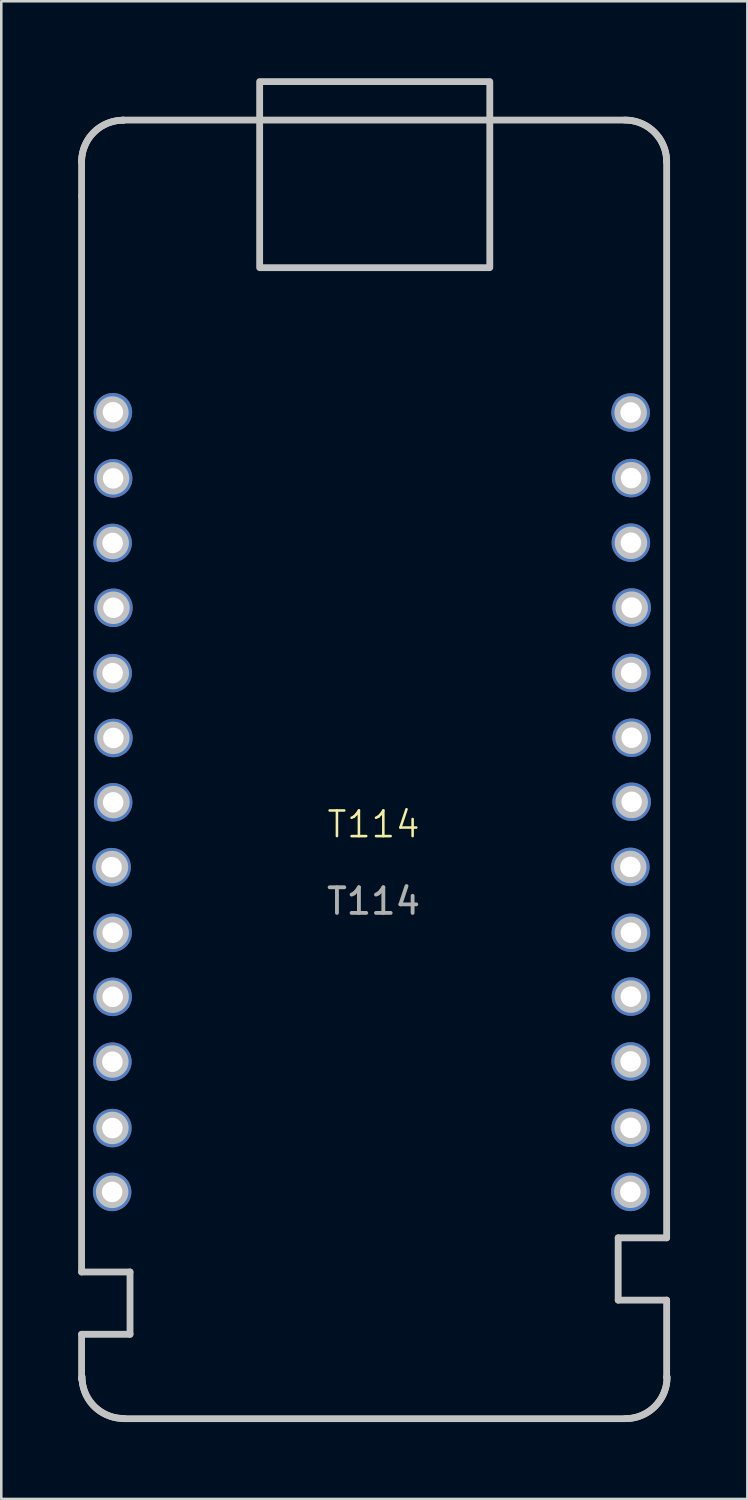
<source format=kicad_pcb>
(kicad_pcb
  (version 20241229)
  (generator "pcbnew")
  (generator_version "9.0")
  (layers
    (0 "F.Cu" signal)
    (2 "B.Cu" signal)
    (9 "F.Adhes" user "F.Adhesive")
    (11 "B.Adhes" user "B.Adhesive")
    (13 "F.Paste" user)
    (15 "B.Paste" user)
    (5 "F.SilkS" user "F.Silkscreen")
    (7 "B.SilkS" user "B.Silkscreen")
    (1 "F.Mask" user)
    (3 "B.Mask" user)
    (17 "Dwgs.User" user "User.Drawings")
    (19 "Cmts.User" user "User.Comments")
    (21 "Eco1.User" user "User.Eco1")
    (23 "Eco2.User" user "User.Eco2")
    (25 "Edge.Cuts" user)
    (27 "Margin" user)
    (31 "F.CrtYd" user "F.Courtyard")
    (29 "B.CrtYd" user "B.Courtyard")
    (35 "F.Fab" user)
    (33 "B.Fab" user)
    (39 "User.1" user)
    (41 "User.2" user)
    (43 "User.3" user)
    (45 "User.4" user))
  (footprint "T114"
    (layer "F.Cu")
    (at 11.525 29.614)
    (property "Reference" "T114" (at 0 -0.5 0) (unlocked yes) (layer "F.SilkS") (effects (font (size 1 1) (thickness 0.1))))
    (attr through_hole)
    (fp_line (start -11.392 21.137) (end -11.392 19.396) (stroke (width 0.266) (type solid) (color 240 1 61 1)) (layer "Dwgs.User"))
    (fp_line (start -11.392 -26.372) (end -11.392 -26.349) (stroke (width 0.266) (type default)) (layer "Dwgs.User"))
    (fp_line (start -11.392 -25.026) (end -11.392 -26.372) (stroke (width 0.266) (type solid) (color 240 1 61 1)) (layer "Dwgs.User"))
    (fp_line (start -11.392 16.965) (end -11.392 -25.026) (stroke (width 0.266) (type solid) (color 240 1 61 1)) (layer "Dwgs.User"))
    (fp_line (start -11.392 19.396) (end -9.502 19.396) (stroke (width 0.266) (type solid) (color 240 1 61 1)) (layer "Dwgs.User"))
    (fp_line (start -11.392 -26.349) (end -11.39 -26.43) (stroke (width 0.266) (type solid) (color 240 1 61 1)) (layer "Dwgs.User"))
    (fp_line (start -11.39 -26.43) (end -11.384 -26.511) (stroke (width 0.266) (type solid) (color 240 1 61 1)) (layer "Dwgs.User"))
    (fp_line (start -11.384 -26.511) (end -11.374 -26.59) (stroke (width 0.266) (type solid) (color 240 1 61 1)) (layer "Dwgs.User"))
    (fp_line (start -11.375 21.057) (end -11.392 21.137) (stroke (width 0.266) (type default)) (layer "Dwgs.User"))
    (fp_line (start -11.375 21.057) (end -11.374 21.137) (stroke (width 0.266) (type solid) (color 240 1 61 1)) (layer "Dwgs.User"))
    (fp_line (start -11.374 -26.59) (end -11.36 -26.669) (stroke (width 0.266) (type solid) (color 240 1 61 1)) (layer "Dwgs.User"))
    (fp_line (start -11.374 21.137) (end -11.368 21.218) (stroke (width 0.266) (type solid) (color 240 1 61 1)) (layer "Dwgs.User"))
    (fp_line (start -11.368 21.218) (end -11.358 21.298) (stroke (width 0.266) (type solid) (color 240 1 61 1)) (layer "Dwgs.User"))
    (fp_line (start -11.36 -26.669) (end -11.343 -26.747) (stroke (width 0.266) (type solid) (color 240 1 61 1)) (layer "Dwgs.User"))
    (fp_line (start -11.358 21.298) (end -11.344 21.376) (stroke (width 0.266) (type solid) (color 240 1 61 1)) (layer "Dwgs.User"))
    (fp_line (start -11.344 21.376) (end -11.326 21.454) (stroke (width 0.266) (type solid) (color 240 1 61 1)) (layer "Dwgs.User"))
    (fp_line (start -11.343 -26.747) (end -11.321 -26.824) (stroke (width 0.266) (type solid) (color 240 1 61 1)) (layer "Dwgs.User"))
    (fp_line (start -11.326 21.454) (end -11.305 21.531) (stroke (width 0.266) (type solid) (color 240 1 61 1)) (layer "Dwgs.User"))
    (fp_line (start -11.321 -26.824) (end -11.296 -26.9) (stroke (width 0.266) (type solid) (color 240 1 61 1)) (layer "Dwgs.User"))
    (fp_line (start -11.305 21.531) (end -11.28 21.607) (stroke (width 0.266) (type solid) (color 240 1 61 1)) (layer "Dwgs.User"))
    (fp_line (start -11.296 -26.9) (end -11.267 -26.974) (stroke (width 0.266) (type solid) (color 240 1 61 1)) (layer "Dwgs.User"))
    (fp_line (start -11.28 21.607) (end -11.251 21.681) (stroke (width 0.266) (type solid) (color 240 1 61 1)) (layer "Dwgs.User"))
    (fp_line (start -11.267 -26.974) (end -11.235 -27.046) (stroke (width 0.266) (type solid) (color 240 1 61 1)) (layer "Dwgs.User"))
    (fp_line (start -11.251 21.681) (end -11.219 21.754) (stroke (width 0.266) (type solid) (color 240 1 61 1)) (layer "Dwgs.User"))
    (fp_line (start -11.235 -27.046) (end -11.199 -27.118) (stroke (width 0.266) (type solid) (color 240 1 61 1)) (layer "Dwgs.User"))
    (fp_line (start -11.219 21.754) (end -11.183 21.825) (stroke (width 0.266) (type solid) (color 240 1 61 1)) (layer "Dwgs.User"))
    (fp_line (start -11.199 -27.118) (end -11.16 -27.187) (stroke (width 0.266) (type solid) (color 240 1 61 1)) (layer "Dwgs.User"))
    (fp_line (start -11.183 21.825) (end -11.143 21.894) (stroke (width 0.266) (type solid) (color 240 1 61 1)) (layer "Dwgs.User"))
    (fp_line (start -11.16 -27.187) (end -11.117 -27.254) (stroke (width 0.266) (type solid) (color 240 1 61 1)) (layer "Dwgs.User"))
    (fp_line (start -11.143 21.894) (end -11.101 21.961) (stroke (width 0.266) (type solid) (color 240 1 61 1)) (layer "Dwgs.User"))
    (fp_line (start -11.117 -27.254) (end -11.071 -27.32) (stroke (width 0.266) (type solid) (color 240 1 61 1)) (layer "Dwgs.User"))
    (fp_line (start -11.101 21.961) (end -11.054 22.027) (stroke (width 0.266) (type solid) (color 240 1 61 1)) (layer "Dwgs.User"))
    (fp_line (start -11.071 -27.32) (end -11.021 -27.383) (stroke (width 0.266) (type solid) (color 240 1 61 1)) (layer "Dwgs.User"))
    (fp_line (start -11.054 22.027) (end -11.005 22.09) (stroke (width 0.266) (type solid) (color 240 1 61 1)) (layer "Dwgs.User"))
    (fp_line (start -11.021 -27.383) (end -10.968 -27.444) (stroke (width 0.266) (type solid) (color 240 1 61 1)) (layer "Dwgs.User"))
    (fp_line (start -11.005 22.09) (end -10.952 22.151) (stroke (width 0.266) (type solid) (color 240 1 61 1)) (layer "Dwgs.User"))
    (fp_line (start -10.968 -27.444) (end -10.912 -27.502) (stroke (width 0.266) (type solid) (color 240 1 61 1)) (layer "Dwgs.User"))
    (fp_line (start -10.952 22.151) (end -10.896 22.209) (stroke (width 0.266) (type solid) (color 240 1 61 1)) (layer "Dwgs.User"))
    (fp_line (start -10.912 -27.502) (end -10.853 -27.558) (stroke (width 0.266) (type solid) (color 240 1 61 1)) (layer "Dwgs.User"))
    (fp_line (start -10.896 22.209) (end -10.837 22.265) (stroke (width 0.266) (type solid) (color 240 1 61 1)) (layer "Dwgs.User"))
    (fp_line (start -10.853 -27.558) (end -10.792 -27.61) (stroke (width 0.266) (type solid) (color 240 1 61 1)) (layer "Dwgs.User"))
    (fp_line (start -10.837 22.265) (end -10.776 22.317) (stroke (width 0.266) (type solid) (color 240 1 61 1)) (layer "Dwgs.User"))
    (fp_line (start -10.792 -27.61) (end -10.729 -27.659) (stroke (width 0.266) (type solid) (color 240 1 61 1)) (layer "Dwgs.User"))
    (fp_line (start -10.776 22.317) (end -10.712 22.366) (stroke (width 0.266) (type solid) (color 240 1 61 1)) (layer "Dwgs.User"))
    (fp_line (start -10.729 -27.659) (end -10.663 -27.705) (stroke (width 0.266) (type solid) (color 240 1 61 1)) (layer "Dwgs.User"))
    (fp_line (start -10.712 22.366) (end -10.647 22.412) (stroke (width 0.266) (type solid) (color 240 1 61 1)) (layer "Dwgs.User"))
    (fp_line (start -10.663 -27.705) (end -10.595 -27.747) (stroke (width 0.266) (type solid) (color 240 1 61 1)) (layer "Dwgs.User"))
    (fp_line (start -10.647 22.412) (end -10.579 22.454) (stroke (width 0.266) (type solid) (color 240 1 61 1)) (layer "Dwgs.User"))
    (fp_line (start -10.595 -27.747) (end -10.526 -27.786) (stroke (width 0.266) (type solid) (color 240 1 61 1)) (layer "Dwgs.User"))
    (fp_line (start -10.579 22.454) (end -10.509 22.493) (stroke (width 0.266) (type solid) (color 240 1 61 1)) (layer "Dwgs.User"))
    (fp_line (start -10.526 -27.786) (end -10.454 -27.821) (stroke (width 0.266) (type solid) (color 240 1 61 1)) (layer "Dwgs.User"))
    (fp_line (start -10.509 22.493) (end -10.438 22.528) (stroke (width 0.266) (type solid) (color 240 1 61 1)) (layer "Dwgs.User"))
    (fp_line (start -10.454 -27.821) (end -10.381 -27.853) (stroke (width 0.266) (type solid) (color 240 1 61 1)) (layer "Dwgs.User"))
    (fp_line (start -10.438 22.528) (end -10.365 22.56) (stroke (width 0.266) (type solid) (color 240 1 61 1)) (layer "Dwgs.User"))
    (fp_line (start -10.381 -27.853) (end -10.307 -27.881) (stroke (width 0.266) (type solid) (color 240 1 61 1)) (layer "Dwgs.User"))
    (fp_line (start -10.365 22.56) (end -10.291 22.588) (stroke (width 0.266) (type solid) (color 240 1 61 1)) (layer "Dwgs.User"))
    (fp_line (start -10.307 -27.881) (end -10.231 -27.906) (stroke (width 0.266) (type solid) (color 240 1 61 1)) (layer "Dwgs.User"))
    (fp_line (start -10.291 22.588) (end -10.215 22.613) (stroke (width 0.266) (type solid) (color 240 1 61 1)) (layer "Dwgs.User"))
    (fp_line (start -10.231 -27.906) (end -10.154 -27.927) (stroke (width 0.266) (type solid) (color 240 1 61 1)) (layer "Dwgs.User"))
    (fp_line (start -10.215 22.613) (end -10.138 22.634) (stroke (width 0.266) (type solid) (color 240 1 61 1)) (layer "Dwgs.User"))
    (fp_line (start -10.154 -27.927) (end -10.076 -27.944) (stroke (width 0.266) (type solid) (color 240 1 61 1)) (layer "Dwgs.User"))
    (fp_line (start -10.138 22.634) (end -10.06 22.651) (stroke (width 0.266) (type solid) (color 240 1 61 1)) (layer "Dwgs.User"))
    (fp_line (start -10.076 -27.944) (end -9.997 -27.957) (stroke (width 0.266) (type solid) (color 240 1 61 1)) (layer "Dwgs.User"))
    (fp_line (start -10.06 22.651) (end -9.981 22.664) (stroke (width 0.266) (type solid) (color 240 1 61 1)) (layer "Dwgs.User"))
    (fp_line (start -9.997 -27.957) (end -9.918 -27.966) (stroke (width 0.266) (type solid) (color 240 1 61 1)) (layer "Dwgs.User"))
    (fp_line (start -9.981 22.664) (end -9.901 22.673) (stroke (width 0.266) (type solid) (color 240 1 61 1)) (layer "Dwgs.User"))
    (fp_line (start -9.918 -27.966) (end -9.837 -27.972) (stroke (width 0.266) (type solid) (color 240 1 61 1)) (layer "Dwgs.User"))
    (fp_line (start -9.901 22.673) (end -9.821 22.679) (stroke (width 0.266) (type solid) (color 240 1 61 1)) (layer "Dwgs.User"))
    (fp_line (start -9.837 -27.972) (end -9.756 -27.973) (stroke (width 0.266) (type solid) (color 240 1 61 1)) (layer "Dwgs.User"))
    (fp_line (start -9.821 22.679) (end -9.74 22.68) (stroke (width 0.266) (type solid) (color 240 1 61 1)) (layer "Dwgs.User"))
    (fp_line (start -9.76 22.687) (end -9.74 22.68) (stroke (width 0.266) (type default)) (layer "Dwgs.User"))
    (fp_line (start -9.756 -27.973) (end -9.777 -27.979) (stroke (width 0.266) (type default)) (layer "Dwgs.User"))
    (fp_line (start -9.502 16.965) (end -11.392 16.965) (stroke (width 0.266) (type solid) (color 240 1 61 1)) (layer "Dwgs.User"))
    (fp_line (start -9.502 19.396) (end -9.502 16.965) (stroke (width 0.266) (type solid) (color 240 1 61 1)) (layer "Dwgs.User"))
    (fp_line (start 9.545 15.632) (end 9.545 18.063) (stroke (width 0.266) (type solid) (color 240 1 61 1)) (layer "Dwgs.User"))
    (fp_line (start 9.545 18.063) (end 11.435 18.063) (stroke (width 0.266) (type solid) (color 240 1 61 1)) (layer "Dwgs.User"))
    (fp_line (start 9.799 -27.979) (end -9.777 -27.979) (stroke (width 0.266) (type solid) (color 240 1 61 1)) (layer "Dwgs.User"))
    (fp_line (start 9.816 22.687) (end -9.76 22.687) (stroke (width 0.266) (type solid) (color 240 1 61 1)) (layer "Dwgs.User"))
    (fp_line (start 9.88 -27.977) (end 9.799 -27.979) (stroke (width 0.266) (type solid) (color 240 1 61 1)) (layer "Dwgs.User"))
    (fp_line (start 9.897 22.685) (end 9.816 22.687) (stroke (width 0.266) (type solid) (color 240 1 61 1)) (layer "Dwgs.User"))
    (fp_line (start 9.961 -27.972) (end 9.88 -27.977) (stroke (width 0.266) (type solid) (color 240 1 61 1)) (layer "Dwgs.User"))
    (fp_line (start 9.977 22.68) (end 9.897 22.685) (stroke (width 0.266) (type solid) (color 240 1 61 1)) (layer "Dwgs.User"))
    (fp_line (start 10.04 -27.963) (end 9.961 -27.972) (stroke (width 0.266) (type solid) (color 240 1 61 1)) (layer "Dwgs.User"))
    (fp_line (start 10.057 22.671) (end 9.977 22.68) (stroke (width 0.266) (type solid) (color 240 1 61 1)) (layer "Dwgs.User"))
    (fp_line (start 10.119 -27.949) (end 10.04 -27.963) (stroke (width 0.266) (type solid) (color 240 1 61 1)) (layer "Dwgs.User"))
    (fp_line (start 10.136 22.657) (end 10.057 22.671) (stroke (width 0.266) (type solid) (color 240 1 61 1)) (layer "Dwgs.User"))
    (fp_line (start 10.197 -27.932) (end 10.119 -27.949) (stroke (width 0.266) (type solid) (color 240 1 61 1)) (layer "Dwgs.User"))
    (fp_line (start 10.214 22.64) (end 10.136 22.657) (stroke (width 0.266) (type solid) (color 240 1 61 1)) (layer "Dwgs.User"))
    (fp_line (start 10.274 -27.912) (end 10.197 -27.932) (stroke (width 0.266) (type solid) (color 240 1 61 1)) (layer "Dwgs.User"))
    (fp_line (start 10.291 22.62) (end 10.214 22.64) (stroke (width 0.266) (type solid) (color 240 1 61 1)) (layer "Dwgs.User"))
    (fp_line (start 10.35 -27.887) (end 10.274 -27.912) (stroke (width 0.266) (type solid) (color 240 1 61 1)) (layer "Dwgs.User"))
    (fp_line (start 10.367 22.595) (end 10.291 22.62) (stroke (width 0.266) (type solid) (color 240 1 61 1)) (layer "Dwgs.User"))
    (fp_line (start 10.425 -27.859) (end 10.35 -27.887) (stroke (width 0.266) (type solid) (color 240 1 61 1)) (layer "Dwgs.User"))
    (fp_line (start 10.441 22.567) (end 10.367 22.595) (stroke (width 0.266) (type solid) (color 240 1 61 1)) (layer "Dwgs.User"))
    (fp_line (start 10.497 -27.827) (end 10.425 -27.859) (stroke (width 0.266) (type solid) (color 240 1 61 1)) (layer "Dwgs.User"))
    (fp_line (start 10.514 22.535) (end 10.441 22.567) (stroke (width 0.266) (type solid) (color 240 1 61 1)) (layer "Dwgs.User"))
    (fp_line (start 10.569 -27.792) (end 10.497 -27.827) (stroke (width 0.266) (type solid) (color 240 1 61 1)) (layer "Dwgs.User"))
    (fp_line (start 10.585 22.5) (end 10.514 22.535) (stroke (width 0.266) (type solid) (color 240 1 61 1)) (layer "Dwgs.User"))
    (fp_line (start 10.638 -27.753) (end 10.569 -27.792) (stroke (width 0.266) (type solid) (color 240 1 61 1)) (layer "Dwgs.User"))
    (fp_line (start 10.655 22.461) (end 10.585 22.5) (stroke (width 0.266) (type solid) (color 240 1 61 1)) (layer "Dwgs.User"))
    (fp_line (start 10.706 -27.711) (end 10.638 -27.753) (stroke (width 0.266) (type solid) (color 240 1 61 1)) (layer "Dwgs.User"))
    (fp_line (start 10.723 22.419) (end 10.655 22.461) (stroke (width 0.266) (type solid) (color 240 1 61 1)) (layer "Dwgs.User"))
    (fp_line (start 10.772 -27.665) (end 10.706 -27.711) (stroke (width 0.266) (type solid) (color 240 1 61 1)) (layer "Dwgs.User"))
    (fp_line (start 10.788 22.373) (end 10.723 22.419) (stroke (width 0.266) (type solid) (color 240 1 61 1)) (layer "Dwgs.User"))
    (fp_line (start 10.835 -27.616) (end 10.772 -27.665) (stroke (width 0.266) (type solid) (color 240 1 61 1)) (layer "Dwgs.User"))
    (fp_line (start 10.852 22.324) (end 10.788 22.373) (stroke (width 0.266) (type solid) (color 240 1 61 1)) (layer "Dwgs.User"))
    (fp_line (start 10.897 -27.563) (end 10.835 -27.616) (stroke (width 0.266) (type solid) (color 240 1 61 1)) (layer "Dwgs.User"))
    (fp_line (start 10.913 22.271) (end 10.852 22.324) (stroke (width 0.266) (type solid) (color 240 1 61 1)) (layer "Dwgs.User"))
    (fp_line (start 10.955 -27.508) (end 10.897 -27.563) (stroke (width 0.266) (type solid) (color 240 1 61 1)) (layer "Dwgs.User"))
    (fp_line (start 10.972 22.216) (end 10.913 22.271) (stroke (width 0.266) (type solid) (color 240 1 61 1)) (layer "Dwgs.User"))
    (fp_line (start 11.011 -27.449) (end 10.955 -27.508) (stroke (width 0.266) (type solid) (color 240 1 61 1)) (layer "Dwgs.User"))
    (fp_line (start 11.028 22.157) (end 10.972 22.216) (stroke (width 0.266) (type solid) (color 240 1 61 1)) (layer "Dwgs.User"))
    (fp_line (start 11.064 -27.389) (end 11.011 -27.449) (stroke (width 0.266) (type solid) (color 240 1 61 1)) (layer "Dwgs.User"))
    (fp_line (start 11.081 22.097) (end 11.028 22.157) (stroke (width 0.266) (type solid) (color 240 1 61 1)) (layer "Dwgs.User"))
    (fp_line (start 11.114 -27.325) (end 11.064 -27.389) (stroke (width 0.266) (type solid) (color 240 1 61 1)) (layer "Dwgs.User"))
    (fp_line (start 11.13 22.033) (end 11.081 22.097) (stroke (width 0.266) (type solid) (color 240 1 61 1)) (layer "Dwgs.User"))
    (fp_line (start 11.16 -27.26) (end 11.114 -27.325) (stroke (width 0.266) (type solid) (color 240 1 61 1)) (layer "Dwgs.User"))
    (fp_line (start 11.177 21.968) (end 11.13 22.033) (stroke (width 0.266) (type solid) (color 240 1 61 1)) (layer "Dwgs.User"))
    (fp_line (start 11.203 -27.193) (end 11.16 -27.26) (stroke (width 0.266) (type solid) (color 240 1 61 1)) (layer "Dwgs.User"))
    (fp_line (start 11.219 21.901) (end 11.177 21.968) (stroke (width 0.266) (type solid) (color 240 1 61 1)) (layer "Dwgs.User"))
    (fp_line (start 11.242 -27.123) (end 11.203 -27.193) (stroke (width 0.266) (type solid) (color 240 1 61 1)) (layer "Dwgs.User"))
    (fp_line (start 11.259 21.831) (end 11.219 21.901) (stroke (width 0.266) (type solid) (color 240 1 61 1)) (layer "Dwgs.User"))
    (fp_line (start 11.278 -27.052) (end 11.242 -27.123) (stroke (width 0.266) (type solid) (color 240 1 61 1)) (layer "Dwgs.User"))
    (fp_line (start 11.295 21.76) (end 11.259 21.831) (stroke (width 0.266) (type solid) (color 240 1 61 1)) (layer "Dwgs.User"))
    (fp_line (start 11.31 -26.98) (end 11.278 -27.052) (stroke (width 0.266) (type solid) (color 240 1 61 1)) (layer "Dwgs.User"))
    (fp_line (start 11.327 21.688) (end 11.295 21.76) (stroke (width 0.266) (type solid) (color 240 1 61 1)) (layer "Dwgs.User"))
    (fp_line (start 11.339 -26.905) (end 11.31 -26.98) (stroke (width 0.266) (type solid) (color 240 1 61 1)) (layer "Dwgs.User"))
    (fp_line (start 11.356 21.613) (end 11.327 21.688) (stroke (width 0.266) (type solid) (color 240 1 61 1)) (layer "Dwgs.User"))
    (fp_line (start 11.364 -26.83) (end 11.339 -26.905) (stroke (width 0.266) (type solid) (color 240 1 61 1)) (layer "Dwgs.User"))
    (fp_line (start 11.381 21.538) (end 11.356 21.613) (stroke (width 0.266) (type solid) (color 240 1 61 1)) (layer "Dwgs.User"))
    (fp_line (start 11.386 -26.753) (end 11.364 -26.83) (stroke (width 0.266) (type solid) (color 240 1 61 1)) (layer "Dwgs.User"))
    (fp_line (start 11.402 21.461) (end 11.381 21.538) (stroke (width 0.266) (type solid) (color 240 1 61 1)) (layer "Dwgs.User"))
    (fp_line (start 11.403 -26.675) (end 11.386 -26.753) (stroke (width 0.266) (type solid) (color 240 1 61 1)) (layer "Dwgs.User"))
    (fp_line (start 11.417 -26.596) (end 11.403 -26.675) (stroke (width 0.266) (type solid) (color 240 1 61 1)) (layer "Dwgs.User"))
    (fp_line (start 11.42 21.383) (end 11.402 21.461) (stroke (width 0.266) (type solid) (color 240 1 61 1)) (layer "Dwgs.User"))
    (fp_line (start 11.427 -26.517) (end 11.417 -26.596) (stroke (width 0.266) (type solid) (color 240 1 61 1)) (layer "Dwgs.User"))
    (fp_line (start 11.433 -26.436) (end 11.427 -26.517) (stroke (width 0.266) (type solid) (color 240 1 61 1)) (layer "Dwgs.User"))
    (fp_line (start 11.434 21.304) (end 11.42 21.383) (stroke (width 0.266) (type solid) (color 240 1 61 1)) (layer "Dwgs.User"))
    (fp_line (start 11.435 -26.355) (end 11.433 -26.436) (stroke (width 0.266) (type solid) (color 240 1 61 1)) (layer "Dwgs.User"))
    (fp_line (start 11.435 -26.355) (end 11.435 -26.359) (stroke (width 0.266) (type default)) (layer "Dwgs.User"))
    (fp_line (start 11.435 15.632) (end 9.545 15.632) (stroke (width 0.266) (type solid) (color 240 1 61 1)) (layer "Dwgs.User"))
    (fp_line (start 11.435 18.063) (end 11.435 21.069) (stroke (width 0.266) (type solid) (color 240 1 61 1)) (layer "Dwgs.User"))
    (fp_line (start 11.435 21.069) (end 11.451 21.063) (stroke (width 0.266) (type default)) (layer "Dwgs.User"))
    (fp_line (start 11.435 -26.359) (end 11.435 15.632) (stroke (width 0.266) (type solid) (color 240 1 61 1)) (layer "Dwgs.User"))
    (fp_line (start 11.444 21.225) (end 11.434 21.304) (stroke (width 0.266) (type solid) (color 240 1 61 1)) (layer "Dwgs.User"))
    (fp_line (start 11.449 21.144) (end 11.444 21.225) (stroke (width 0.266) (type solid) (color 240 1 61 1)) (layer "Dwgs.User"))
    (fp_line (start 11.451 21.063) (end 11.449 21.144) (stroke (width 0.266) (type solid) (color 240 1 61 1)) (layer "Dwgs.User"))
    (fp_poly (pts (xy -4.444 -22.221) (xy -4.444 -29.481) (xy 4.535 -29.481) (xy 4.535 -22.221)) (stroke (width 0.266) (type solid) (color 240 1 61 1)) (fill no) (layer "Dwgs.User"))
    (fp_poly (pts (xy -9.706 1.191) (xy -9.708 1.216) (xy -9.711 1.24) (xy -9.715 1.264) (xy -9.721 1.288) (xy -9.727 1.312) (xy -9.735 1.335) (xy -9.744 1.358) (xy -9.754 1.38) (xy -9.765 1.402) (xy -9.777 1.423) (xy -9.79 1.444) (xy -9.804 1.464) (xy -9.819 1.483) (xy -9.835 1.502) (xy -9.852 1.52) (xy -9.87 1.537) (xy -9.889 1.553) (xy -9.908 1.568) (xy -9.928 1.582) (xy -9.949 1.596) (xy -9.97 1.608) (xy -9.992 1.619) (xy -10.014 1.628) (xy -10.037 1.637) (xy -10.06 1.645) (xy -10.084 1.651) (xy -10.108 1.657) (xy -10.132 1.661) (xy -10.156 1.664) (xy -10.181 1.666) (xy -10.206 1.666) (xy -10.23 1.666) (xy -10.255 1.664) (xy -10.28 1.661) (xy -10.304 1.657) (xy -10.328 1.651) (xy -10.351 1.645) (xy -10.374 1.637) (xy -10.397 1.628) (xy -10.419 1.619) (xy -10.441 1.608) (xy -10.462 1.596) (xy -10.483 1.582) (xy -10.503 1.568) (xy -10.523 1.553) (xy -10.541 1.537) (xy -10.559 1.52) (xy -10.576 1.502) (xy -10.592 1.483) (xy -10.608 1.464) (xy -10.622 1.444) (xy -10.635 1.423) (xy -10.647 1.402) (xy -10.658 1.38) (xy -10.668 1.358) (xy -10.676 1.335) (xy -10.684 1.312) (xy -10.691 1.288) (xy -10.696 1.264) (xy -10.7 1.24) (xy -10.703 1.216) (xy -10.705 1.191) (xy -10.706 1.166) (xy -10.705 1.142) (xy -10.703 1.117) (xy -10.7 1.093) (xy -10.696 1.068) (xy -10.691 1.045) (xy -10.684 1.021) (xy -10.676 0.998) (xy -10.668 0.975) (xy -10.658 0.953) (xy -10.647 0.931) (xy -10.635 0.91) (xy -10.622 0.889) (xy -10.608 0.869) (xy -10.592 0.85) (xy -10.576 0.831) (xy -10.559 0.813) (xy -10.541 0.796) (xy -10.523 0.78) (xy -10.503 0.765) (xy -10.483 0.75) (xy -10.462 0.737) (xy -10.441 0.725) (xy -10.419 0.714) (xy -10.397 0.705) (xy -10.374 0.696) (xy -10.351 0.688) (xy -10.328 0.682) (xy -10.304 0.676) (xy -10.28 0.672) (xy -10.255 0.669) (xy -10.23 0.667) (xy -10.206 0.666) (xy -10.181 0.667) (xy -10.156 0.669) (xy -10.132 0.672) (xy -10.108 0.676) (xy -10.084 0.682) (xy -10.06 0.688) (xy -10.037 0.696) (xy -10.014 0.705) (xy -9.992 0.714) (xy -9.97 0.725) (xy -9.949 0.737) (xy -9.928 0.75) (xy -9.908 0.765) (xy -9.889 0.78) (xy -9.87 0.796) (xy -9.852 0.813) (xy -9.835 0.831) (xy -9.819 0.85) (xy -9.804 0.869) (xy -9.79 0.889) (xy -9.777 0.91) (xy -9.765 0.931) (xy -9.754 0.953) (xy -9.744 0.975) (xy -9.735 0.998) (xy -9.727 1.021) (xy -9.721 1.045) (xy -9.715 1.068) (xy -9.711 1.093) (xy -9.708 1.117) (xy -9.706 1.142) (xy -9.706 1.166)) (stroke (width 0.266) (type solid) (color 240 1 61 1)) (fill no) (layer "Dwgs.User"))
    (fp_poly (pts (xy -9.701 13.864) (xy -9.702 13.889) (xy -9.706 13.913) (xy -9.71 13.938) (xy -9.715 13.961) (xy -9.722 13.985) (xy -9.729 14.008) (xy -9.738 14.031) (xy -9.748 14.053) (xy -9.759 14.075) (xy -9.771 14.096) (xy -9.784 14.117) (xy -9.798 14.137) (xy -9.813 14.156) (xy -9.829 14.175) (xy -9.846 14.193) (xy -9.864 14.21) (xy -9.883 14.226) (xy -9.903 14.241) (xy -9.923 14.256) (xy -9.943 14.269) (xy -9.965 14.281) (xy -9.986 14.292) (xy -10.009 14.301) (xy -10.031 14.31) (xy -10.055 14.318) (xy -10.078 14.324) (xy -10.102 14.33) (xy -10.126 14.334) (xy -10.151 14.337) (xy -10.175 14.339) (xy -10.2 14.34) (xy -10.225 14.339) (xy -10.249 14.337) (xy -10.274 14.334) (xy -10.298 14.33) (xy -10.322 14.324) (xy -10.345 14.318) (xy -10.369 14.31) (xy -10.391 14.301) (xy -10.414 14.292) (xy -10.435 14.281) (xy -10.457 14.269) (xy -10.477 14.256) (xy -10.498 14.241) (xy -10.517 14.226) (xy -10.536 14.21) (xy -10.554 14.193) (xy -10.571 14.175) (xy -10.587 14.156) (xy -10.602 14.137) (xy -10.616 14.117) (xy -10.629 14.096) (xy -10.641 14.075) (xy -10.652 14.053) (xy -10.662 14.031) (xy -10.671 14.008) (xy -10.678 13.985) (xy -10.685 13.961) (xy -10.69 13.938) (xy -10.695 13.913) (xy -10.698 13.889) (xy -10.699 13.864) (xy -10.7 13.84) (xy -10.699 13.815) (xy -10.698 13.79) (xy -10.695 13.766) (xy -10.69 13.742) (xy -10.685 13.718) (xy -10.678 13.694) (xy -10.671 13.671) (xy -10.662 13.648) (xy -10.652 13.626) (xy -10.641 13.604) (xy -10.629 13.583) (xy -10.616 13.562) (xy -10.602 13.542) (xy -10.587 13.523) (xy -10.571 13.504) (xy -10.554 13.486) (xy -10.536 13.469) (xy -10.517 13.453) (xy -10.498 13.438) (xy -10.477 13.424) (xy -10.457 13.41) (xy -10.435 13.398) (xy -10.414 13.387) (xy -10.391 13.378) (xy -10.369 13.369) (xy -10.345 13.361) (xy -10.322 13.355) (xy -10.298 13.349) (xy -10.274 13.345) (xy -10.249 13.342) (xy -10.225 13.34) (xy -10.2 13.34) (xy -10.175 13.34) (xy -10.151 13.342) (xy -10.126 13.345) (xy -10.102 13.349) (xy -10.078 13.355) (xy -10.055 13.361) (xy -10.031 13.369) (xy -10.009 13.378) (xy -9.986 13.387) (xy -9.965 13.398) (xy -9.943 13.41) (xy -9.923 13.424) (xy -9.903 13.438) (xy -9.883 13.453) (xy -9.864 13.469) (xy -9.846 13.486) (xy -9.829 13.504) (xy -9.813 13.523) (xy -9.798 13.542) (xy -9.784 13.562) (xy -9.771 13.583) (xy -9.759 13.604) (xy -9.748 13.626) (xy -9.738 13.648) (xy -9.729 13.671) (xy -9.722 13.694) (xy -9.715 13.718) (xy -9.71 13.742) (xy -9.706 13.766) (xy -9.702 13.79) (xy -9.701 13.815) (xy -9.7 13.84)) (stroke (width 0.266) (type solid) (color 240 1 61 1)) (fill no) (layer "Dwgs.User"))
    (fp_poly (pts (xy -9.692 8.778) (xy -9.694 8.802) (xy -9.697 8.827) (xy -9.701 8.851) (xy -9.706 8.875) (xy -9.713 8.898) (xy -9.721 8.922) (xy -9.729 8.944) (xy -9.739 8.967) (xy -9.75 8.989) (xy -9.762 9.01) (xy -9.775 9.03) (xy -9.789 9.051) (xy -9.804 9.07) (xy -9.821 9.089) (xy -9.838 9.107) (xy -9.856 9.124) (xy -9.874 9.14) (xy -9.894 9.155) (xy -9.914 9.169) (xy -9.935 9.182) (xy -9.956 9.194) (xy -9.978 9.205) (xy -10 9.215) (xy -10.023 9.224) (xy -10.046 9.231) (xy -10.069 9.238) (xy -10.093 9.243) (xy -10.117 9.248) (xy -10.142 9.251) (xy -10.166 9.252) (xy -10.191 9.253) (xy -10.216 9.252) (xy -10.241 9.251) (xy -10.265 9.248) (xy -10.289 9.243) (xy -10.313 9.238) (xy -10.337 9.231) (xy -10.36 9.224) (xy -10.383 9.215) (xy -10.405 9.205) (xy -10.427 9.194) (xy -10.448 9.182) (xy -10.469 9.169) (xy -10.489 9.155) (xy -10.508 9.14) (xy -10.527 9.124) (xy -10.545 9.107) (xy -10.562 9.089) (xy -10.578 9.07) (xy -10.593 9.051) (xy -10.607 9.03) (xy -10.62 9.01) (xy -10.632 8.989) (xy -10.643 8.967) (xy -10.653 8.944) (xy -10.662 8.922) (xy -10.67 8.898) (xy -10.676 8.875) (xy -10.682 8.851) (xy -10.686 8.827) (xy -10.689 8.802) (xy -10.691 8.778) (xy -10.691 8.753) (xy -10.691 8.728) (xy -10.689 8.704) (xy -10.686 8.679) (xy -10.682 8.655) (xy -10.676 8.631) (xy -10.67 8.608) (xy -10.662 8.584) (xy -10.653 8.562) (xy -10.643 8.539) (xy -10.632 8.518) (xy -10.62 8.496) (xy -10.607 8.476) (xy -10.593 8.456) (xy -10.578 8.436) (xy -10.562 8.417) (xy -10.545 8.4) (xy -10.527 8.382) (xy -10.508 8.366) (xy -10.489 8.351) (xy -10.469 8.337) (xy -10.448 8.324) (xy -10.427 8.312) (xy -10.405 8.301) (xy -10.383 8.291) (xy -10.36 8.282) (xy -10.337 8.275) (xy -10.313 8.268) (xy -10.289 8.263) (xy -10.265 8.259) (xy -10.241 8.256) (xy -10.216 8.254) (xy -10.191 8.253) (xy -10.166 8.254) (xy -10.142 8.256) (xy -10.117 8.259) (xy -10.093 8.263) (xy -10.069 8.268) (xy -10.046 8.275) (xy -10.023 8.282) (xy -10 8.291) (xy -9.978 8.301) (xy -9.956 8.312) (xy -9.935 8.324) (xy -9.914 8.337) (xy -9.894 8.351) (xy -9.874 8.366) (xy -9.856 8.382) (xy -9.838 8.4) (xy -9.821 8.417) (xy -9.804 8.436) (xy -9.789 8.456) (xy -9.775 8.476) (xy -9.762 8.496) (xy -9.75 8.518) (xy -9.739 8.539) (xy -9.729 8.562) (xy -9.721 8.584) (xy -9.713 8.608) (xy -9.706 8.631) (xy -9.701 8.655) (xy -9.697 8.679) (xy -9.694 8.704) (xy -9.692 8.728) (xy -9.691 8.753)) (stroke (width 0.266) (type solid) (color 240 1 61 1)) (fill no) (layer "Dwgs.User"))
    (fp_poly (pts (xy -9.691 -16.543) (xy -9.692 -16.519) (xy -9.696 -16.494) (xy -9.7 -16.47) (xy -9.705 -16.446) (xy -9.712 -16.423) (xy -9.719 -16.399) (xy -9.728 -16.377) (xy -9.738 -16.354) (xy -9.749 -16.333) (xy -9.761 -16.311) (xy -9.774 -16.291) (xy -9.788 -16.271) (xy -9.803 -16.251) (xy -9.819 -16.232) (xy -9.836 -16.214) (xy -9.854 -16.197) (xy -9.873 -16.181) (xy -9.893 -16.166) (xy -9.913 -16.152) (xy -9.933 -16.139) (xy -9.955 -16.127) (xy -9.976 -16.116) (xy -9.999 -16.106) (xy -10.021 -16.097) (xy -10.045 -16.09) (xy -10.068 -16.083) (xy -10.092 -16.078) (xy -10.116 -16.074) (xy -10.141 -16.07) (xy -10.165 -16.069) (xy -10.19 -16.068) (xy -10.215 -16.069) (xy -10.239 -16.07) (xy -10.264 -16.074) (xy -10.288 -16.078) (xy -10.312 -16.083) (xy -10.335 -16.09) (xy -10.359 -16.097) (xy -10.381 -16.106) (xy -10.404 -16.116) (xy -10.425 -16.127) (xy -10.447 -16.139) (xy -10.467 -16.152) (xy -10.488 -16.166) (xy -10.507 -16.181) (xy -10.526 -16.197) (xy -10.544 -16.214) (xy -10.561 -16.232) (xy -10.577 -16.251) (xy -10.592 -16.271) (xy -10.606 -16.291) (xy -10.619 -16.311) (xy -10.631 -16.333) (xy -10.642 -16.354) (xy -10.652 -16.377) (xy -10.661 -16.399) (xy -10.668 -16.423) (xy -10.675 -16.446) (xy -10.68 -16.47) (xy -10.685 -16.494) (xy -10.688 -16.519) (xy -10.689 -16.543) (xy -10.69 -16.568) (xy -10.689 -16.593) (xy -10.688 -16.617) (xy -10.685 -16.642) (xy -10.68 -16.666) (xy -10.675 -16.69) (xy -10.668 -16.713) (xy -10.661 -16.737) (xy -10.652 -16.759) (xy -10.642 -16.782) (xy -10.631 -16.803) (xy -10.619 -16.825) (xy -10.606 -16.845) (xy -10.592 -16.866) (xy -10.577 -16.885) (xy -10.561 -16.904) (xy -10.544 -16.922) (xy -10.526 -16.939) (xy -10.507 -16.955) (xy -10.488 -16.97) (xy -10.467 -16.984) (xy -10.447 -16.997) (xy -10.425 -17.009) (xy -10.404 -17.02) (xy -10.381 -17.03) (xy -10.359 -17.039) (xy -10.335 -17.046) (xy -10.312 -17.053) (xy -10.288 -17.058) (xy -10.264 -17.063) (xy -10.239 -17.066) (xy -10.215 -17.067) (xy -10.19 -17.068) (xy -10.165 -17.067) (xy -10.141 -17.066) (xy -10.116 -17.063) (xy -10.092 -17.058) (xy -10.068 -17.053) (xy -10.045 -17.046) (xy -10.021 -17.039) (xy -9.999 -17.03) (xy -9.976 -17.02) (xy -9.955 -17.009) (xy -9.933 -16.997) (xy -9.913 -16.984) (xy -9.893 -16.97) (xy -9.873 -16.955) (xy -9.854 -16.939) (xy -9.836 -16.922) (xy -9.819 -16.904) (xy -9.803 -16.885) (xy -9.788 -16.866) (xy -9.774 -16.845) (xy -9.761 -16.825) (xy -9.749 -16.803) (xy -9.738 -16.782) (xy -9.728 -16.759) (xy -9.719 -16.737) (xy -9.712 -16.713) (xy -9.705 -16.69) (xy -9.7 -16.666) (xy -9.696 -16.642) (xy -9.692 -16.617) (xy -9.691 -16.593) (xy -9.69 -16.568)) (stroke (width 0.266) (type solid) (color 240 1 61 1)) (fill no) (layer "Dwgs.User"))
    (fp_poly (pts (xy -9.689 11.369) (xy -9.691 11.393) (xy -9.694 11.418) (xy -9.698 11.442) (xy -9.703 11.466) (xy -9.71 11.489) (xy -9.717 11.513) (xy -9.726 11.535) (xy -9.736 11.558) (xy -9.747 11.579) (xy -9.759 11.601) (xy -9.772 11.621) (xy -9.786 11.641) (xy -9.801 11.661) (xy -9.818 11.68) (xy -9.835 11.698) (xy -9.853 11.715) (xy -9.871 11.731) (xy -9.891 11.746) (xy -9.911 11.76) (xy -9.931 11.773) (xy -9.953 11.785) (xy -9.975 11.796) (xy -9.997 11.806) (xy -10.02 11.815) (xy -10.043 11.822) (xy -10.066 11.829) (xy -10.09 11.834) (xy -10.114 11.838) (xy -10.139 11.842) (xy -10.163 11.843) (xy -10.188 11.844) (xy -10.213 11.843) (xy -10.238 11.842) (xy -10.262 11.838) (xy -10.286 11.834) (xy -10.31 11.829) (xy -10.334 11.822) (xy -10.357 11.815) (xy -10.38 11.806) (xy -10.402 11.796) (xy -10.424 11.785) (xy -10.445 11.773) (xy -10.466 11.76) (xy -10.486 11.746) (xy -10.505 11.731) (xy -10.524 11.715) (xy -10.542 11.698) (xy -10.559 11.68) (xy -10.575 11.661) (xy -10.59 11.641) (xy -10.604 11.621) (xy -10.617 11.601) (xy -10.629 11.579) (xy -10.64 11.558) (xy -10.65 11.535) (xy -10.659 11.513) (xy -10.667 11.489) (xy -10.673 11.466) (xy -10.678 11.442) (xy -10.683 11.418) (xy -10.686 11.393) (xy -10.688 11.369) (xy -10.688 11.344) (xy -10.688 11.319) (xy -10.686 11.295) (xy -10.683 11.27) (xy -10.678 11.246) (xy -10.673 11.222) (xy -10.667 11.199) (xy -10.659 11.175) (xy -10.65 11.153) (xy -10.64 11.13) (xy -10.629 11.109) (xy -10.617 11.087) (xy -10.604 11.067) (xy -10.59 11.046) (xy -10.575 11.027) (xy -10.559 11.008) (xy -10.542 10.99) (xy -10.524 10.973) (xy -10.505 10.957) (xy -10.486 10.942) (xy -10.466 10.928) (xy -10.445 10.915) (xy -10.424 10.903) (xy -10.402 10.892) (xy -10.38 10.882) (xy -10.357 10.873) (xy -10.334 10.866) (xy -10.31 10.859) (xy -10.286 10.854) (xy -10.262 10.849) (xy -10.238 10.846) (xy -10.213 10.845) (xy -10.188 10.844) (xy -10.163 10.845) (xy -10.139 10.846) (xy -10.114 10.849) (xy -10.09 10.854) (xy -10.066 10.859) (xy -10.043 10.866) (xy -10.02 10.873) (xy -9.997 10.882) (xy -9.975 10.892) (xy -9.953 10.903) (xy -9.931 10.915) (xy -9.911 10.928) (xy -9.891 10.942) (xy -9.871 10.957) (xy -9.853 10.973) (xy -9.835 10.99) (xy -9.818 11.008) (xy -9.801 11.027) (xy -9.786 11.046) (xy -9.772 11.067) (xy -9.759 11.087) (xy -9.747 11.109) (xy -9.736 11.13) (xy -9.726 11.153) (xy -9.717 11.175) (xy -9.71 11.199) (xy -9.703 11.222) (xy -9.698 11.246) (xy -9.694 11.27) (xy -9.691 11.295) (xy -9.689 11.319) (xy -9.688 11.344)) (stroke (width 0.266) (type solid) (color 240 1 61 1)) (fill no) (layer "Dwgs.User"))
    (fp_poly (pts (xy -9.682 6.248) (xy -9.684 6.273) (xy -9.687 6.297) (xy -9.692 6.322) (xy -9.697 6.345) (xy -9.703 6.369) (xy -9.711 6.392) (xy -9.72 6.415) (xy -9.73 6.437) (xy -9.741 6.459) (xy -9.753 6.48) (xy -9.766 6.501) (xy -9.78 6.521) (xy -9.795 6.54) (xy -9.811 6.559) (xy -9.828 6.577) (xy -9.846 6.594) (xy -9.865 6.61) (xy -9.884 6.625) (xy -9.904 6.64) (xy -9.925 6.653) (xy -9.946 6.665) (xy -9.968 6.676) (xy -9.991 6.686) (xy -10.013 6.694) (xy -10.036 6.702) (xy -10.06 6.709) (xy -10.084 6.714) (xy -10.108 6.718) (xy -10.132 6.721) (xy -10.157 6.723) (xy -10.182 6.724) (xy -10.207 6.723) (xy -10.231 6.721) (xy -10.256 6.718) (xy -10.28 6.714) (xy -10.304 6.709) (xy -10.327 6.702) (xy -10.35 6.694) (xy -10.373 6.686) (xy -10.395 6.676) (xy -10.417 6.665) (xy -10.439 6.653) (xy -10.459 6.64) (xy -10.479 6.625) (xy -10.499 6.61) (xy -10.517 6.594) (xy -10.535 6.577) (xy -10.553 6.559) (xy -10.569 6.54) (xy -10.584 6.521) (xy -10.598 6.501) (xy -10.611 6.48) (xy -10.623 6.459) (xy -10.634 6.437) (xy -10.644 6.415) (xy -10.653 6.392) (xy -10.66 6.369) (xy -10.667 6.345) (xy -10.672 6.322) (xy -10.676 6.297) (xy -10.679 6.273) (xy -10.681 6.248) (xy -10.682 6.224) (xy -10.681 6.199) (xy -10.679 6.174) (xy -10.676 6.15) (xy -10.672 6.126) (xy -10.667 6.102) (xy -10.66 6.078) (xy -10.653 6.055) (xy -10.644 6.032) (xy -10.634 6.01) (xy -10.623 5.988) (xy -10.611 5.967) (xy -10.598 5.946) (xy -10.584 5.926) (xy -10.569 5.907) (xy -10.553 5.888) (xy -10.535 5.87) (xy -10.517 5.853) (xy -10.499 5.837) (xy -10.479 5.822) (xy -10.459 5.808) (xy -10.439 5.795) (xy -10.417 5.782) (xy -10.395 5.772) (xy -10.373 5.762) (xy -10.35 5.753) (xy -10.327 5.745) (xy -10.304 5.739) (xy -10.28 5.733) (xy -10.256 5.729) (xy -10.231 5.726) (xy -10.207 5.724) (xy -10.182 5.724) (xy -10.157 5.724) (xy -10.132 5.726) (xy -10.108 5.729) (xy -10.084 5.733) (xy -10.06 5.739) (xy -10.036 5.745) (xy -10.013 5.753) (xy -9.991 5.762) (xy -9.968 5.772) (xy -9.946 5.782) (xy -9.925 5.795) (xy -9.904 5.808) (xy -9.884 5.822) (xy -9.865 5.837) (xy -9.846 5.853) (xy -9.828 5.87) (xy -9.811 5.888) (xy -9.795 5.907) (xy -9.78 5.926) (xy -9.766 5.946) (xy -9.753 5.967) (xy -9.741 5.988) (xy -9.73 6.01) (xy -9.72 6.032) (xy -9.711 6.055) (xy -9.703 6.078) (xy -9.697 6.102) (xy -9.692 6.126) (xy -9.687 6.15) (xy -9.684 6.174) (xy -9.682 6.199) (xy -9.682 6.224)) (stroke (width 0.266) (type solid) (color 240 1 61 1)) (fill no) (layer "Dwgs.User"))
    (fp_poly (pts (xy -9.679 3.76) (xy -9.681 3.784) (xy -9.684 3.809) (xy -9.688 3.833) (xy -9.694 3.857) (xy -9.7 3.88) (xy -9.708 3.903) (xy -9.717 3.926) (xy -9.727 3.948) (xy -9.738 3.97) (xy -9.75 3.991) (xy -9.763 4.012) (xy -9.777 4.032) (xy -9.792 4.052) (xy -9.808 4.07) (xy -9.825 4.088) (xy -9.843 4.105) (xy -9.862 4.121) (xy -9.881 4.137) (xy -9.901 4.151) (xy -9.922 4.164) (xy -9.943 4.176) (xy -9.965 4.187) (xy -9.987 4.197) (xy -10.01 4.205) (xy -10.033 4.213) (xy -10.057 4.22) (xy -10.081 4.225) (xy -10.105 4.229) (xy -10.129 4.232) (xy -10.154 4.234) (xy -10.179 4.235) (xy -10.204 4.234) (xy -10.228 4.232) (xy -10.253 4.229) (xy -10.277 4.225) (xy -10.301 4.22) (xy -10.324 4.213) (xy -10.347 4.205) (xy -10.37 4.197) (xy -10.392 4.187) (xy -10.414 4.176) (xy -10.435 4.164) (xy -10.456 4.151) (xy -10.476 4.137) (xy -10.496 4.121) (xy -10.514 4.105) (xy -10.532 4.088) (xy -10.549 4.07) (xy -10.566 4.052) (xy -10.581 4.032) (xy -10.595 4.012) (xy -10.608 3.991) (xy -10.62 3.97) (xy -10.631 3.948) (xy -10.641 3.926) (xy -10.649 3.903) (xy -10.657 3.88) (xy -10.664 3.857) (xy -10.669 3.833) (xy -10.673 3.809) (xy -10.676 3.784) (xy -10.678 3.76) (xy -10.679 3.735) (xy -10.678 3.71) (xy -10.676 3.685) (xy -10.673 3.661) (xy -10.669 3.637) (xy -10.664 3.613) (xy -10.657 3.589) (xy -10.649 3.566) (xy -10.641 3.543) (xy -10.631 3.521) (xy -10.62 3.499) (xy -10.608 3.478) (xy -10.595 3.457) (xy -10.581 3.437) (xy -10.566 3.418) (xy -10.549 3.399) (xy -10.532 3.381) (xy -10.514 3.364) (xy -10.496 3.348) (xy -10.476 3.333) (xy -10.456 3.319) (xy -10.435 3.306) (xy -10.414 3.294) (xy -10.392 3.283) (xy -10.37 3.273) (xy -10.347 3.264) (xy -10.324 3.256) (xy -10.301 3.25) (xy -10.277 3.244) (xy -10.253 3.24) (xy -10.228 3.237) (xy -10.204 3.235) (xy -10.179 3.235) (xy -10.154 3.235) (xy -10.129 3.237) (xy -10.105 3.24) (xy -10.081 3.244) (xy -10.057 3.25) (xy -10.033 3.256) (xy -10.01 3.264) (xy -9.987 3.273) (xy -9.965 3.283) (xy -9.943 3.294) (xy -9.922 3.306) (xy -9.901 3.319) (xy -9.881 3.333) (xy -9.862 3.348) (xy -9.843 3.364) (xy -9.825 3.381) (xy -9.808 3.399) (xy -9.792 3.418) (xy -9.777 3.437) (xy -9.763 3.457) (xy -9.75 3.478) (xy -9.738 3.499) (xy -9.727 3.521) (xy -9.717 3.543) (xy -9.708 3.566) (xy -9.7 3.589) (xy -9.694 3.613) (xy -9.688 3.637) (xy -9.684 3.661) (xy -9.681 3.685) (xy -9.679 3.71) (xy -9.679 3.735)) (stroke (width 0.266) (type solid) (color 240 1 61 1)) (fill no) (layer "Dwgs.User"))
    (fp_poly (pts (xy -9.679 -11.457) (xy -9.681 -11.432) (xy -9.684 -11.408) (xy -9.688 -11.384) (xy -9.693 -11.36) (xy -9.7 -11.336) (xy -9.707 -11.313) (xy -9.716 -11.29) (xy -9.726 -11.268) (xy -9.737 -11.246) (xy -9.749 -11.225) (xy -9.762 -11.204) (xy -9.776 -11.184) (xy -9.791 -11.165) (xy -9.808 -11.146) (xy -9.825 -11.128) (xy -9.843 -11.111) (xy -9.861 -11.095) (xy -9.881 -11.08) (xy -9.901 -11.066) (xy -9.921 -11.053) (xy -9.943 -11.041) (xy -9.965 -11.03) (xy -9.987 -11.02) (xy -10.01 -11.011) (xy -10.033 -11.003) (xy -10.056 -10.997) (xy -10.08 -10.991) (xy -10.104 -10.987) (xy -10.129 -10.984) (xy -10.153 -10.982) (xy -10.178 -10.982) (xy -10.203 -10.982) (xy -10.228 -10.984) (xy -10.252 -10.987) (xy -10.276 -10.991) (xy -10.3 -10.997) (xy -10.324 -11.003) (xy -10.347 -11.011) (xy -10.37 -11.02) (xy -10.392 -11.03) (xy -10.414 -11.041) (xy -10.435 -11.053) (xy -10.456 -11.066) (xy -10.476 -11.08) (xy -10.495 -11.095) (xy -10.514 -11.111) (xy -10.532 -11.128) (xy -10.549 -11.146) (xy -10.565 -11.165) (xy -10.58 -11.184) (xy -10.594 -11.204) (xy -10.607 -11.225) (xy -10.619 -11.246) (xy -10.63 -11.268) (xy -10.64 -11.29) (xy -10.649 -11.313) (xy -10.657 -11.336) (xy -10.663 -11.36) (xy -10.668 -11.384) (xy -10.673 -11.408) (xy -10.676 -11.432) (xy -10.678 -11.457) (xy -10.678 -11.482) (xy -10.678 -11.507) (xy -10.676 -11.531) (xy -10.673 -11.556) (xy -10.668 -11.58) (xy -10.663 -11.604) (xy -10.657 -11.627) (xy -10.649 -11.65) (xy -10.64 -11.673) (xy -10.63 -11.695) (xy -10.619 -11.717) (xy -10.607 -11.738) (xy -10.594 -11.759) (xy -10.58 -11.779) (xy -10.565 -11.799) (xy -10.549 -11.817) (xy -10.532 -11.835) (xy -10.514 -11.852) (xy -10.495 -11.869) (xy -10.476 -11.884) (xy -10.456 -11.898) (xy -10.435 -11.911) (xy -10.414 -11.923) (xy -10.392 -11.934) (xy -10.37 -11.944) (xy -10.347 -11.953) (xy -10.324 -11.96) (xy -10.3 -11.967) (xy -10.276 -11.972) (xy -10.252 -11.976) (xy -10.228 -11.979) (xy -10.203 -11.981) (xy -10.178 -11.982) (xy -10.153 -11.981) (xy -10.129 -11.979) (xy -10.104 -11.976) (xy -10.08 -11.972) (xy -10.056 -11.967) (xy -10.033 -11.96) (xy -10.01 -11.953) (xy -9.987 -11.944) (xy -9.965 -11.934) (xy -9.943 -11.923) (xy -9.921 -11.911) (xy -9.901 -11.898) (xy -9.881 -11.884) (xy -9.861 -11.869) (xy -9.843 -11.852) (xy -9.825 -11.835) (xy -9.808 -11.817) (xy -9.791 -11.799) (xy -9.776 -11.779) (xy -9.762 -11.759) (xy -9.749 -11.739) (xy -9.737 -11.717) (xy -9.726 -11.695) (xy -9.716 -11.673) (xy -9.707 -11.65) (xy -9.7 -11.627) (xy -9.693 -11.604) (xy -9.688 -11.58) (xy -9.684 -11.556) (xy -9.681 -11.531) (xy -9.679 -11.507) (xy -9.678 -11.482)) (stroke (width 0.266) (type solid) (color 240 1 61 1)) (fill no) (layer "Dwgs.User"))
    (fp_poly (pts (xy -9.676 -6.375) (xy -9.678 -6.35) (xy -9.681 -6.326) (xy -9.685 -6.302) (xy -9.691 -6.278) (xy -9.697 -6.254) (xy -9.705 -6.231) (xy -9.714 -6.208) (xy -9.724 -6.186) (xy -9.735 -6.164) (xy -9.747 -6.143) (xy -9.76 -6.122) (xy -9.774 -6.102) (xy -9.789 -6.083) (xy -9.805 -6.064) (xy -9.822 -6.046) (xy -9.84 -6.029) (xy -9.859 -6.013) (xy -9.878 -5.998) (xy -9.898 -5.984) (xy -9.919 -5.97) (xy -9.94 -5.958) (xy -9.962 -5.947) (xy -9.984 -5.938) (xy -10.007 -5.929) (xy -10.03 -5.921) (xy -10.054 -5.915) (xy -10.078 -5.909) (xy -10.102 -5.905) (xy -10.126 -5.902) (xy -10.151 -5.9) (xy -10.176 -5.9) (xy -10.2 -5.9) (xy -10.225 -5.902) (xy -10.249 -5.905) (xy -10.274 -5.909) (xy -10.297 -5.915) (xy -10.321 -5.921) (xy -10.344 -5.929) (xy -10.367 -5.938) (xy -10.389 -5.947) (xy -10.411 -5.958) (xy -10.432 -5.97) (xy -10.453 -5.984) (xy -10.473 -5.998) (xy -10.492 -6.013) (xy -10.511 -6.029) (xy -10.529 -6.046) (xy -10.546 -6.064) (xy -10.562 -6.083) (xy -10.578 -6.102) (xy -10.592 -6.122) (xy -10.605 -6.143) (xy -10.617 -6.164) (xy -10.628 -6.186) (xy -10.638 -6.208) (xy -10.646 -6.231) (xy -10.654 -6.254) (xy -10.661 -6.278) (xy -10.666 -6.302) (xy -10.67 -6.326) (xy -10.673 -6.35) (xy -10.675 -6.375) (xy -10.676 -6.4) (xy -10.675 -6.424) (xy -10.673 -6.449) (xy -10.67 -6.473) (xy -10.666 -6.498) (xy -10.661 -6.521) (xy -10.654 -6.545) (xy -10.646 -6.568) (xy -10.638 -6.591) (xy -10.628 -6.613) (xy -10.617 -6.635) (xy -10.605 -6.656) (xy -10.592 -6.677) (xy -10.578 -6.697) (xy -10.562 -6.716) (xy -10.546 -6.735) (xy -10.529 -6.753) (xy -10.511 -6.77) (xy -10.492 -6.786) (xy -10.473 -6.801) (xy -10.453 -6.815) (xy -10.432 -6.829) (xy -10.411 -6.841) (xy -10.389 -6.852) (xy -10.367 -6.861) (xy -10.344 -6.87) (xy -10.321 -6.878) (xy -10.297 -6.884) (xy -10.274 -6.89) (xy -10.249 -6.894) (xy -10.225 -6.897) (xy -10.2 -6.899) (xy -10.176 -6.9) (xy -10.151 -6.899) (xy -10.126 -6.897) (xy -10.102 -6.894) (xy -10.078 -6.89) (xy -10.054 -6.884) (xy -10.03 -6.878) (xy -10.007 -6.87) (xy -9.984 -6.861) (xy -9.962 -6.852) (xy -9.94 -6.841) (xy -9.919 -6.829) (xy -9.898 -6.815) (xy -9.878 -6.801) (xy -9.859 -6.786) (xy -9.84 -6.77) (xy -9.822 -6.753) (xy -9.805 -6.735) (xy -9.789 -6.716) (xy -9.774 -6.697) (xy -9.76 -6.677) (xy -9.747 -6.656) (xy -9.735 -6.635) (xy -9.724 -6.613) (xy -9.714 -6.591) (xy -9.705 -6.568) (xy -9.697 -6.545) (xy -9.691 -6.521) (xy -9.685 -6.498) (xy -9.681 -6.473) (xy -9.678 -6.449) (xy -9.676 -6.424) (xy -9.676 -6.4)) (stroke (width 0.266) (type solid) (color 240 1 61 1)) (fill no) (layer "Dwgs.User"))
    (fp_poly (pts (xy -9.667 -13.976) (xy -9.669 -13.952) (xy -9.672 -13.927) (xy -9.676 -13.903) (xy -9.681 -13.879) (xy -9.688 -13.856) (xy -9.696 -13.833) (xy -9.704 -13.81) (xy -9.714 -13.788) (xy -9.725 -13.766) (xy -9.737 -13.744) (xy -9.75 -13.724) (xy -9.764 -13.704) (xy -9.78 -13.684) (xy -9.796 -13.666) (xy -9.813 -13.648) (xy -9.831 -13.63) (xy -9.849 -13.614) (xy -9.869 -13.599) (xy -9.889 -13.585) (xy -9.91 -13.572) (xy -9.931 -13.56) (xy -9.953 -13.549) (xy -9.975 -13.539) (xy -9.998 -13.53) (xy -10.021 -13.523) (xy -10.044 -13.516) (xy -10.068 -13.511) (xy -10.092 -13.507) (xy -10.117 -13.504) (xy -10.141 -13.502) (xy -10.166 -13.501) (xy -10.191 -13.502) (xy -10.216 -13.504) (xy -10.24 -13.507) (xy -10.264 -13.511) (xy -10.288 -13.516) (xy -10.312 -13.523) (xy -10.335 -13.53) (xy -10.358 -13.539) (xy -10.38 -13.549) (xy -10.402 -13.56) (xy -10.423 -13.572) (xy -10.444 -13.585) (xy -10.464 -13.599) (xy -10.483 -13.614) (xy -10.502 -13.63) (xy -10.52 -13.648) (xy -10.537 -13.666) (xy -10.553 -13.684) (xy -10.568 -13.704) (xy -10.582 -13.724) (xy -10.595 -13.744) (xy -10.607 -13.766) (xy -10.618 -13.788) (xy -10.628 -13.81) (xy -10.637 -13.833) (xy -10.645 -13.856) (xy -10.651 -13.879) (xy -10.657 -13.903) (xy -10.661 -13.927) (xy -10.664 -13.952) (xy -10.666 -13.976) (xy -10.666 -14.001) (xy -10.666 -14.026) (xy -10.664 -14.051) (xy -10.661 -14.075) (xy -10.657 -14.099) (xy -10.651 -14.123) (xy -10.645 -14.147) (xy -10.637 -14.17) (xy -10.628 -14.192) (xy -10.618 -14.215) (xy -10.607 -14.237) (xy -10.595 -14.258) (xy -10.582 -14.279) (xy -10.568 -14.299) (xy -10.553 -14.318) (xy -10.537 -14.337) (xy -10.52 -14.355) (xy -10.502 -14.372) (xy -10.483 -14.388) (xy -10.464 -14.403) (xy -10.444 -14.417) (xy -10.423 -14.43) (xy -10.402 -14.442) (xy -10.38 -14.453) (xy -10.358 -14.463) (xy -10.335 -14.472) (xy -10.312 -14.48) (xy -10.288 -14.486) (xy -10.264 -14.491) (xy -10.24 -14.496) (xy -10.216 -14.499) (xy -10.191 -14.501) (xy -10.166 -14.501) (xy -10.141 -14.501) (xy -10.117 -14.499) (xy -10.092 -14.496) (xy -10.068 -14.491) (xy -10.044 -14.486) (xy -10.021 -14.48) (xy -9.998 -14.472) (xy -9.975 -14.463) (xy -9.953 -14.453) (xy -9.931 -14.442) (xy -9.91 -14.43) (xy -9.889 -14.417) (xy -9.869 -14.403) (xy -9.849 -14.388) (xy -9.831 -14.372) (xy -9.813 -14.355) (xy -9.796 -14.337) (xy -9.78 -14.318) (xy -9.764 -14.299) (xy -9.75 -14.279) (xy -9.737 -14.258) (xy -9.725 -14.237) (xy -9.714 -14.215) (xy -9.704 -14.192) (xy -9.696 -14.17) (xy -9.688 -14.147) (xy -9.681 -14.123) (xy -9.676 -14.099) (xy -9.672 -14.075) (xy -9.669 -14.051) (xy -9.667 -14.026) (xy -9.666 -14.001)) (stroke (width 0.266) (type solid) (color 240 1 61 1)) (fill no) (layer "Dwgs.User"))
    (fp_poly (pts (xy -9.656 -3.851) (xy -9.657 -3.826) (xy -9.66 -3.802) (xy -9.665 -3.778) (xy -9.67 -3.754) (xy -9.677 -3.73) (xy -9.684 -3.707) (xy -9.693 -3.684) (xy -9.703 -3.662) (xy -9.714 -3.64) (xy -9.726 -3.619) (xy -9.739 -3.598) (xy -9.753 -3.578) (xy -9.768 -3.559) (xy -9.784 -3.54) (xy -9.801 -3.522) (xy -9.819 -3.505) (xy -9.838 -3.489) (xy -9.858 -3.474) (xy -9.878 -3.46) (xy -9.898 -3.447) (xy -9.92 -3.435) (xy -9.941 -3.424) (xy -9.964 -3.414) (xy -9.986 -3.405) (xy -10.01 -3.397) (xy -10.033 -3.391) (xy -10.057 -3.385) (xy -10.081 -3.381) (xy -10.106 -3.378) (xy -10.13 -3.376) (xy -10.155 -3.376) (xy -10.18 -3.376) (xy -10.204 -3.378) (xy -10.229 -3.381) (xy -10.253 -3.385) (xy -10.277 -3.391) (xy -10.3 -3.397) (xy -10.324 -3.405) (xy -10.346 -3.414) (xy -10.369 -3.424) (xy -10.39 -3.435) (xy -10.412 -3.447) (xy -10.432 -3.46) (xy -10.452 -3.474) (xy -10.472 -3.489) (xy -10.491 -3.505) (xy -10.509 -3.522) (xy -10.526 -3.54) (xy -10.542 -3.559) (xy -10.557 -3.578) (xy -10.571 -3.598) (xy -10.584 -3.619) (xy -10.596 -3.64) (xy -10.607 -3.662) (xy -10.617 -3.684) (xy -10.626 -3.707) (xy -10.633 -3.73) (xy -10.64 -3.754) (xy -10.645 -3.778) (xy -10.65 -3.802) (xy -10.653 -3.826) (xy -10.654 -3.851) (xy -10.655 -3.876) (xy -10.654 -3.9) (xy -10.653 -3.925) (xy -10.65 -3.949) (xy -10.645 -3.974) (xy -10.64 -3.998) (xy -10.633 -4.021) (xy -10.626 -4.044) (xy -10.617 -4.067) (xy -10.607 -4.089) (xy -10.596 -4.111) (xy -10.584 -4.132) (xy -10.571 -4.153) (xy -10.557 -4.173) (xy -10.542 -4.193) (xy -10.526 -4.211) (xy -10.509 -4.229) (xy -10.491 -4.246) (xy -10.472 -4.262) (xy -10.452 -4.278) (xy -10.432 -4.292) (xy -10.412 -4.305) (xy -10.39 -4.317) (xy -10.369 -4.328) (xy -10.346 -4.338) (xy -10.324 -4.346) (xy -10.3 -4.354) (xy -10.277 -4.361) (xy -10.253 -4.366) (xy -10.229 -4.37) (xy -10.204 -4.373) (xy -10.18 -4.375) (xy -10.155 -4.376) (xy -10.13 -4.375) (xy -10.106 -4.373) (xy -10.081 -4.37) (xy -10.057 -4.366) (xy -10.033 -4.361) (xy -10.01 -4.354) (xy -9.986 -4.346) (xy -9.964 -4.338) (xy -9.941 -4.328) (xy -9.92 -4.317) (xy -9.898 -4.305) (xy -9.878 -4.292) (xy -9.858 -4.278) (xy -9.838 -4.262) (xy -9.819 -4.246) (xy -9.801 -4.229) (xy -9.784 -4.211) (xy -9.768 -4.193) (xy -9.753 -4.173) (xy -9.739 -4.153) (xy -9.726 -4.132) (xy -9.714 -4.111) (xy -9.703 -4.089) (xy -9.693 -4.067) (xy -9.684 -4.044) (xy -9.677 -4.021) (xy -9.67 -3.998) (xy -9.665 -3.974) (xy -9.66 -3.949) (xy -9.657 -3.925) (xy -9.656 -3.9) (xy -9.655 -3.876)) (stroke (width 0.266) (type solid) (color 240 1 61 1)) (fill no) (layer "Dwgs.User"))
    (fp_poly (pts (xy -9.65 -1.344) (xy -9.652 -1.319) (xy -9.655 -1.295) (xy -9.659 -1.271) (xy -9.664 -1.247) (xy -9.671 -1.223) (xy -9.679 -1.2) (xy -9.687 -1.177) (xy -9.697 -1.155) (xy -9.708 -1.133) (xy -9.72 -1.112) (xy -9.733 -1.091) (xy -9.748 -1.071) (xy -9.763 -1.052) (xy -9.779 -1.033) (xy -9.796 -1.015) (xy -9.814 -0.998) (xy -9.833 -0.982) (xy -9.852 -0.967) (xy -9.872 -0.953) (xy -9.893 -0.94) (xy -9.914 -0.928) (xy -9.936 -0.917) (xy -9.958 -0.907) (xy -9.981 -0.898) (xy -10.004 -0.89) (xy -10.028 -0.884) (xy -10.051 -0.878) (xy -10.076 -0.874) (xy -10.1 -0.871) (xy -10.125 -0.869) (xy -10.149 -0.869) (xy -10.174 -0.869) (xy -10.199 -0.871) (xy -10.223 -0.874) (xy -10.247 -0.878) (xy -10.271 -0.884) (xy -10.295 -0.89) (xy -10.318 -0.898) (xy -10.341 -0.907) (xy -10.363 -0.917) (xy -10.385 -0.928) (xy -10.406 -0.94) (xy -10.427 -0.953) (xy -10.447 -0.967) (xy -10.466 -0.982) (xy -10.485 -0.998) (xy -10.503 -1.015) (xy -10.52 -1.033) (xy -10.536 -1.052) (xy -10.551 -1.071) (xy -10.565 -1.091) (xy -10.578 -1.112) (xy -10.59 -1.133) (xy -10.601 -1.155) (xy -10.611 -1.177) (xy -10.62 -1.2) (xy -10.628 -1.223) (xy -10.634 -1.247) (xy -10.64 -1.271) (xy -10.644 -1.295) (xy -10.647 -1.319) (xy -10.649 -1.344) (xy -10.649 -1.369) (xy -10.649 -1.393) (xy -10.647 -1.418) (xy -10.644 -1.442) (xy -10.64 -1.467) (xy -10.634 -1.49) (xy -10.628 -1.514) (xy -10.62 -1.537) (xy -10.611 -1.56) (xy -10.601 -1.582) (xy -10.59 -1.604) (xy -10.578 -1.625) (xy -10.565 -1.646) (xy -10.551 -1.666) (xy -10.536 -1.685) (xy -10.52 -1.704) (xy -10.503 -1.722) (xy -10.485 -1.739) (xy -10.466 -1.755) (xy -10.447 -1.77) (xy -10.427 -1.785) (xy -10.406 -1.798) (xy -10.385 -1.81) (xy -10.363 -1.821) (xy -10.341 -1.831) (xy -10.318 -1.839) (xy -10.295 -1.847) (xy -10.271 -1.854) (xy -10.247 -1.859) (xy -10.223 -1.863) (xy -10.199 -1.866) (xy -10.174 -1.868) (xy -10.149 -1.869) (xy -10.125 -1.868) (xy -10.1 -1.866) (xy -10.076 -1.863) (xy -10.051 -1.859) (xy -10.028 -1.854) (xy -10.004 -1.847) (xy -9.981 -1.839) (xy -9.958 -1.831) (xy -9.936 -1.821) (xy -9.914 -1.81) (xy -9.893 -1.798) (xy -9.872 -1.785) (xy -9.852 -1.77) (xy -9.833 -1.755) (xy -9.814 -1.739) (xy -9.796 -1.722) (xy -9.779 -1.704) (xy -9.763 -1.685) (xy -9.747 -1.666) (xy -9.733 -1.646) (xy -9.72 -1.625) (xy -9.708 -1.604) (xy -9.697 -1.582) (xy -9.687 -1.56) (xy -9.679 -1.537) (xy -9.671 -1.514) (xy -9.664 -1.49) (xy -9.659 -1.467) (xy -9.655 -1.442) (xy -9.652 -1.418) (xy -9.65 -1.393) (xy -9.649 -1.369)) (stroke (width 0.266) (type solid) (color 240 1 61 1)) (fill no) (layer "Dwgs.User"))
    (fp_poly (pts (xy -9.649 -8.926) (xy -9.651 -8.902) (xy -9.654 -8.877) (xy -9.658 -8.853) (xy -9.664 -8.829) (xy -9.67 -8.806) (xy -9.678 -8.782) (xy -9.687 -8.76) (xy -9.697 -8.737) (xy -9.708 -8.715) (xy -9.72 -8.694) (xy -9.733 -8.674) (xy -9.747 -8.653) (xy -9.762 -8.634) (xy -9.778 -8.615) (xy -9.795 -8.597) (xy -9.813 -8.58) (xy -9.832 -8.564) (xy -9.851 -8.549) (xy -9.871 -8.535) (xy -9.892 -8.522) (xy -9.913 -8.51) (xy -9.935 -8.499) (xy -9.957 -8.489) (xy -9.98 -8.48) (xy -10.003 -8.473) (xy -10.027 -8.466) (xy -10.051 -8.461) (xy -10.075 -8.456) (xy -10.099 -8.453) (xy -10.124 -8.452) (xy -10.149 -8.451) (xy -10.173 -8.452) (xy -10.198 -8.453) (xy -10.223 -8.456) (xy -10.247 -8.461) (xy -10.271 -8.466) (xy -10.294 -8.473) (xy -10.317 -8.48) (xy -10.34 -8.489) (xy -10.362 -8.499) (xy -10.384 -8.51) (xy -10.405 -8.522) (xy -10.426 -8.535) (xy -10.446 -8.549) (xy -10.466 -8.564) (xy -10.484 -8.58) (xy -10.502 -8.597) (xy -10.519 -8.615) (xy -10.535 -8.634) (xy -10.551 -8.653) (xy -10.565 -8.674) (xy -10.578 -8.694) (xy -10.59 -8.715) (xy -10.601 -8.737) (xy -10.611 -8.76) (xy -10.619 -8.782) (xy -10.627 -8.806) (xy -10.634 -8.829) (xy -10.639 -8.853) (xy -10.643 -8.877) (xy -10.646 -8.902) (xy -10.648 -8.926) (xy -10.649 -8.951) (xy -10.648 -8.976) (xy -10.646 -9) (xy -10.643 -9.025) (xy -10.639 -9.049) (xy -10.634 -9.073) (xy -10.627 -9.096) (xy -10.619 -9.12) (xy -10.611 -9.142) (xy -10.601 -9.165) (xy -10.59 -9.186) (xy -10.578 -9.208) (xy -10.565 -9.228) (xy -10.551 -9.248) (xy -10.535 -9.268) (xy -10.519 -9.287) (xy -10.502 -9.304) (xy -10.484 -9.322) (xy -10.466 -9.338) (xy -10.446 -9.353) (xy -10.426 -9.367) (xy -10.405 -9.38) (xy -10.384 -9.392) (xy -10.362 -9.403) (xy -10.34 -9.413) (xy -10.317 -9.422) (xy -10.294 -9.429) (xy -10.271 -9.436) (xy -10.247 -9.441) (xy -10.223 -9.445) (xy -10.198 -9.448) (xy -10.173 -9.45) (xy -10.149 -9.451) (xy -10.124 -9.45) (xy -10.099 -9.448) (xy -10.075 -9.445) (xy -10.051 -9.441) (xy -10.027 -9.436) (xy -10.003 -9.429) (xy -9.98 -9.422) (xy -9.957 -9.413) (xy -9.935 -9.403) (xy -9.913 -9.392) (xy -9.892 -9.38) (xy -9.871 -9.367) (xy -9.851 -9.353) (xy -9.832 -9.338) (xy -9.813 -9.322) (xy -9.795 -9.304) (xy -9.778 -9.287) (xy -9.762 -9.268) (xy -9.747 -9.248) (xy -9.733 -9.228) (xy -9.72 -9.208) (xy -9.708 -9.186) (xy -9.697 -9.165) (xy -9.687 -9.142) (xy -9.678 -9.12) (xy -9.67 -9.096) (xy -9.664 -9.073) (xy -9.658 -9.049) (xy -9.654 -9.025) (xy -9.651 -9) (xy -9.649 -8.976) (xy -9.649 -8.951)) (stroke (width 0.266) (type solid) (color 240 1 61 1)) (fill no) (layer "Dwgs.User"))
    (fp_poly (pts (xy 10.515 1.188) (xy 10.513 1.212) (xy 10.51 1.237) (xy 10.506 1.261) (xy 10.501 1.285) (xy 10.494 1.308) (xy 10.486 1.331) (xy 10.478 1.354) (xy 10.468 1.377) (xy 10.457 1.398) (xy 10.445 1.42) (xy 10.432 1.44) (xy 10.418 1.46) (xy 10.402 1.48) (xy 10.386 1.498) (xy 10.369 1.516) (xy 10.351 1.534) (xy 10.333 1.55) (xy 10.313 1.565) (xy 10.293 1.579) (xy 10.272 1.592) (xy 10.251 1.604) (xy 10.229 1.615) (xy 10.207 1.625) (xy 10.184 1.634) (xy 10.161 1.641) (xy 10.138 1.648) (xy 10.114 1.653) (xy 10.09 1.657) (xy 10.065 1.66) (xy 10.041 1.662) (xy 10.016 1.663) (xy 9.991 1.662) (xy 9.966 1.66) (xy 9.942 1.657) (xy 9.918 1.653) (xy 9.894 1.648) (xy 9.87 1.641) (xy 9.847 1.634) (xy 9.824 1.625) (xy 9.802 1.615) (xy 9.78 1.604) (xy 9.759 1.592) (xy 9.738 1.579) (xy 9.718 1.565) (xy 9.699 1.55) (xy 9.68 1.534) (xy 9.662 1.516) (xy 9.645 1.498) (xy 9.629 1.48) (xy 9.614 1.46) (xy 9.6 1.44) (xy 9.587 1.42) (xy 9.575 1.398) (xy 9.564 1.377) (xy 9.554 1.354) (xy 9.545 1.331) (xy 9.537 1.308) (xy 9.531 1.285) (xy 9.525 1.261) (xy 9.521 1.237) (xy 9.518 1.212) (xy 9.516 1.188) (xy 9.516 1.163) (xy 9.516 1.138) (xy 9.518 1.113) (xy 9.521 1.089) (xy 9.525 1.065) (xy 9.531 1.041) (xy 9.537 1.017) (xy 9.545 0.994) (xy 9.554 0.972) (xy 9.564 0.949) (xy 9.575 0.927) (xy 9.587 0.906) (xy 9.6 0.885) (xy 9.614 0.865) (xy 9.629 0.846) (xy 9.645 0.827) (xy 9.662 0.809) (xy 9.68 0.792) (xy 9.699 0.776) (xy 9.718 0.761) (xy 9.738 0.747) (xy 9.759 0.734) (xy 9.78 0.722) (xy 9.802 0.711) (xy 9.824 0.701) (xy 9.847 0.692) (xy 9.87 0.684) (xy 9.894 0.678) (xy 9.918 0.673) (xy 9.942 0.668) (xy 9.966 0.665) (xy 9.991 0.663) (xy 10.016 0.663) (xy 10.041 0.663) (xy 10.065 0.665) (xy 10.09 0.668) (xy 10.114 0.673) (xy 10.138 0.678) (xy 10.161 0.684) (xy 10.184 0.692) (xy 10.207 0.701) (xy 10.229 0.711) (xy 10.251 0.722) (xy 10.272 0.734) (xy 10.293 0.747) (xy 10.313 0.761) (xy 10.333 0.776) (xy 10.351 0.792) (xy 10.369 0.809) (xy 10.386 0.827) (xy 10.402 0.846) (xy 10.418 0.865) (xy 10.432 0.885) (xy 10.445 0.906) (xy 10.457 0.927) (xy 10.468 0.949) (xy 10.478 0.972) (xy 10.486 0.994) (xy 10.494 1.017) (xy 10.501 1.041) (xy 10.506 1.065) (xy 10.51 1.089) (xy 10.513 1.113) (xy 10.515 1.138) (xy 10.516 1.163)) (stroke (width 0.266) (type solid) (color 240 1 61 1)) (fill no) (layer "Dwgs.User"))
    (fp_poly (pts (xy 10.521 13.861) (xy 10.519 13.885) (xy 10.516 13.91) (xy 10.512 13.934) (xy 10.506 13.958) (xy 10.5 13.981) (xy 10.492 14.005) (xy 10.483 14.027) (xy 10.473 14.05) (xy 10.462 14.071) (xy 10.45 14.093) (xy 10.437 14.113) (xy 10.423 14.133) (xy 10.408 14.153) (xy 10.392 14.172) (xy 10.375 14.189) (xy 10.357 14.207) (xy 10.338 14.223) (xy 10.319 14.238) (xy 10.299 14.252) (xy 10.278 14.265) (xy 10.257 14.277) (xy 10.235 14.288) (xy 10.213 14.298) (xy 10.19 14.307) (xy 10.167 14.314) (xy 10.143 14.321) (xy 10.119 14.326) (xy 10.095 14.33) (xy 10.071 14.333) (xy 10.046 14.335) (xy 10.021 14.336) (xy 9.997 14.335) (xy 9.972 14.333) (xy 9.948 14.33) (xy 9.923 14.326) (xy 9.899 14.321) (xy 9.876 14.314) (xy 9.853 14.307) (xy 9.83 14.298) (xy 9.808 14.288) (xy 9.786 14.277) (xy 9.765 14.265) (xy 9.744 14.252) (xy 9.724 14.238) (xy 9.704 14.223) (xy 9.686 14.207) (xy 9.668 14.19) (xy 9.651 14.172) (xy 9.635 14.153) (xy 9.619 14.133) (xy 9.605 14.113) (xy 9.592 14.093) (xy 9.58 14.071) (xy 9.569 14.05) (xy 9.559 14.027) (xy 9.551 14.005) (xy 9.543 13.981) (xy 9.536 13.958) (xy 9.531 13.934) (xy 9.527 13.91) (xy 9.524 13.885) (xy 9.522 13.861) (xy 9.521 13.836) (xy 9.522 13.811) (xy 9.524 13.787) (xy 9.527 13.762) (xy 9.531 13.738) (xy 9.536 13.714) (xy 9.543 13.691) (xy 9.551 13.667) (xy 9.559 13.645) (xy 9.569 13.622) (xy 9.58 13.6) (xy 9.592 13.579) (xy 9.605 13.559) (xy 9.619 13.538) (xy 9.635 13.519) (xy 9.651 13.5) (xy 9.668 13.482) (xy 9.686 13.465) (xy 9.704 13.449) (xy 9.724 13.434) (xy 9.744 13.42) (xy 9.765 13.407) (xy 9.786 13.395) (xy 9.808 13.384) (xy 9.83 13.374) (xy 9.853 13.365) (xy 9.876 13.358) (xy 9.899 13.351) (xy 9.923 13.346) (xy 9.948 13.341) (xy 9.972 13.338) (xy 9.997 13.337) (xy 10.021 13.336) (xy 10.046 13.337) (xy 10.071 13.338) (xy 10.095 13.341) (xy 10.119 13.346) (xy 10.143 13.351) (xy 10.167 13.358) (xy 10.19 13.365) (xy 10.213 13.374) (xy 10.235 13.384) (xy 10.257 13.395) (xy 10.278 13.407) (xy 10.299 13.42) (xy 10.319 13.434) (xy 10.338 13.449) (xy 10.357 13.465) (xy 10.375 13.482) (xy 10.392 13.5) (xy 10.408 13.519) (xy 10.423 13.538) (xy 10.437 13.559) (xy 10.45 13.579) (xy 10.462 13.601) (xy 10.473 13.622) (xy 10.483 13.645) (xy 10.492 13.667) (xy 10.5 13.691) (xy 10.506 13.714) (xy 10.512 13.738) (xy 10.516 13.762) (xy 10.519 13.787) (xy 10.521 13.811) (xy 10.521 13.836)) (stroke (width 0.266) (type solid) (color 240 1 61 1)) (fill no) (layer "Dwgs.User"))
    (fp_poly (pts (xy 10.53 8.774) (xy 10.528 8.799) (xy 10.525 8.823) (xy 10.52 8.847) (xy 10.515 8.871) (xy 10.509 8.895) (xy 10.501 8.918) (xy 10.492 8.941) (xy 10.482 8.963) (xy 10.471 8.985) (xy 10.459 9.006) (xy 10.446 9.027) (xy 10.432 9.047) (xy 10.417 9.066) (xy 10.401 9.085) (xy 10.384 9.103) (xy 10.366 9.12) (xy 10.347 9.136) (xy 10.328 9.151) (xy 10.308 9.165) (xy 10.287 9.179) (xy 10.266 9.191) (xy 10.244 9.202) (xy 10.221 9.211) (xy 10.199 9.22) (xy 10.176 9.228) (xy 10.152 9.234) (xy 10.128 9.24) (xy 10.104 9.244) (xy 10.08 9.247) (xy 10.055 9.249) (xy 10.03 9.249) (xy 10.005 9.249) (xy 9.981 9.247) (xy 9.956 9.244) (xy 9.932 9.24) (xy 9.908 9.234) (xy 9.885 9.228) (xy 9.862 9.22) (xy 9.839 9.211) (xy 9.816 9.202) (xy 9.795 9.191) (xy 9.773 9.179) (xy 9.753 9.165) (xy 9.733 9.151) (xy 9.713 9.136) (xy 9.695 9.12) (xy 9.677 9.103) (xy 9.659 9.085) (xy 9.643 9.066) (xy 9.628 9.047) (xy 9.614 9.027) (xy 9.601 9.006) (xy 9.589 8.985) (xy 9.578 8.963) (xy 9.568 8.941) (xy 9.559 8.918) (xy 9.552 8.895) (xy 9.545 8.871) (xy 9.54 8.847) (xy 9.536 8.823) (xy 9.533 8.799) (xy 9.531 8.774) (xy 9.53 8.749) (xy 9.531 8.725) (xy 9.533 8.7) (xy 9.536 8.676) (xy 9.54 8.651) (xy 9.545 8.628) (xy 9.552 8.604) (xy 9.559 8.581) (xy 9.568 8.558) (xy 9.578 8.536) (xy 9.589 8.514) (xy 9.601 8.493) (xy 9.614 8.472) (xy 9.628 8.452) (xy 9.643 8.433) (xy 9.659 8.414) (xy 9.677 8.396) (xy 9.695 8.379) (xy 9.713 8.363) (xy 9.733 8.348) (xy 9.753 8.333) (xy 9.773 8.32) (xy 9.795 8.308) (xy 9.816 8.297) (xy 9.839 8.288) (xy 9.862 8.279) (xy 9.885 8.271) (xy 9.908 8.265) (xy 9.932 8.259) (xy 9.956 8.255) (xy 9.981 8.252) (xy 10.005 8.25) (xy 10.03 8.249) (xy 10.055 8.25) (xy 10.08 8.252) (xy 10.104 8.255) (xy 10.128 8.259) (xy 10.152 8.265) (xy 10.176 8.271) (xy 10.199 8.279) (xy 10.221 8.288) (xy 10.244 8.297) (xy 10.266 8.308) (xy 10.287 8.32) (xy 10.308 8.333) (xy 10.328 8.348) (xy 10.347 8.363) (xy 10.366 8.379) (xy 10.384 8.396) (xy 10.401 8.414) (xy 10.417 8.433) (xy 10.432 8.452) (xy 10.446 8.472) (xy 10.459 8.493) (xy 10.471 8.514) (xy 10.482 8.536) (xy 10.492 8.558) (xy 10.501 8.581) (xy 10.509 8.604) (xy 10.515 8.628) (xy 10.52 8.651) (xy 10.525 8.676) (xy 10.528 8.7) (xy 10.53 8.725) (xy 10.53 8.749)) (stroke (width 0.266) (type solid) (color 240 1 61 1)) (fill no) (layer "Dwgs.User"))
    (fp_poly (pts (xy 10.531 -16.547) (xy 10.529 -16.522) (xy 10.526 -16.498) (xy 10.522 -16.474) (xy 10.516 -16.45) (xy 10.51 -16.426) (xy 10.502 -16.403) (xy 10.493 -16.38) (xy 10.483 -16.358) (xy 10.472 -16.336) (xy 10.46 -16.315) (xy 10.447 -16.294) (xy 10.433 -16.274) (xy 10.418 -16.255) (xy 10.402 -16.236) (xy 10.385 -16.218) (xy 10.367 -16.201) (xy 10.348 -16.185) (xy 10.329 -16.17) (xy 10.309 -16.156) (xy 10.288 -16.143) (xy 10.267 -16.131) (xy 10.245 -16.12) (xy 10.223 -16.11) (xy 10.2 -16.101) (xy 10.177 -16.093) (xy 10.153 -16.087) (xy 10.129 -16.081) (xy 10.105 -16.077) (xy 10.081 -16.074) (xy 10.056 -16.072) (xy 10.031 -16.072) (xy 10.007 -16.072) (xy 9.982 -16.074) (xy 9.957 -16.077) (xy 9.933 -16.081) (xy 9.909 -16.087) (xy 9.886 -16.093) (xy 9.863 -16.101) (xy 9.84 -16.11) (xy 9.818 -16.12) (xy 9.796 -16.131) (xy 9.775 -16.143) (xy 9.754 -16.156) (xy 9.734 -16.17) (xy 9.714 -16.185) (xy 9.696 -16.201) (xy 9.678 -16.218) (xy 9.661 -16.236) (xy 9.645 -16.255) (xy 9.629 -16.274) (xy 9.615 -16.294) (xy 9.602 -16.315) (xy 9.59 -16.336) (xy 9.579 -16.358) (xy 9.569 -16.38) (xy 9.561 -16.403) (xy 9.553 -16.426) (xy 9.546 -16.45) (xy 9.541 -16.474) (xy 9.537 -16.498) (xy 9.534 -16.522) (xy 9.532 -16.547) (xy 9.531 -16.572) (xy 9.532 -16.596) (xy 9.534 -16.621) (xy 9.537 -16.645) (xy 9.541 -16.67) (xy 9.546 -16.694) (xy 9.553 -16.717) (xy 9.561 -16.74) (xy 9.569 -16.763) (xy 9.579 -16.785) (xy 9.59 -16.807) (xy 9.602 -16.828) (xy 9.615 -16.849) (xy 9.629 -16.869) (xy 9.645 -16.889) (xy 9.661 -16.907) (xy 9.678 -16.925) (xy 9.696 -16.942) (xy 9.714 -16.958) (xy 9.734 -16.974) (xy 9.754 -16.988) (xy 9.775 -17.001) (xy 9.796 -17.013) (xy 9.818 -17.024) (xy 9.84 -17.034) (xy 9.863 -17.042) (xy 9.886 -17.05) (xy 9.909 -17.057) (xy 9.933 -17.062) (xy 9.957 -17.066) (xy 9.982 -17.069) (xy 10.007 -17.071) (xy 10.031 -17.072) (xy 10.056 -17.071) (xy 10.081 -17.069) (xy 10.105 -17.066) (xy 10.129 -17.062) (xy 10.153 -17.057) (xy 10.177 -17.05) (xy 10.2 -17.042) (xy 10.223 -17.034) (xy 10.245 -17.024) (xy 10.267 -17.013) (xy 10.288 -17.001) (xy 10.309 -16.988) (xy 10.329 -16.974) (xy 10.348 -16.958) (xy 10.367 -16.942) (xy 10.385 -16.925) (xy 10.402 -16.907) (xy 10.418 -16.889) (xy 10.433 -16.869) (xy 10.447 -16.849) (xy 10.46 -16.828) (xy 10.472 -16.807) (xy 10.483 -16.785) (xy 10.493 -16.763) (xy 10.502 -16.74) (xy 10.51 -16.717) (xy 10.516 -16.694) (xy 10.522 -16.67) (xy 10.526 -16.645) (xy 10.529 -16.621) (xy 10.531 -16.596) (xy 10.531 -16.572)) (stroke (width 0.266) (type solid) (color 240 1 61 1)) (fill no) (layer "Dwgs.User"))
    (fp_poly (pts (xy 10.533 11.365) (xy 10.531 11.39) (xy 10.528 11.414) (xy 10.524 11.438) (xy 10.518 11.462) (xy 10.512 11.486) (xy 10.504 11.509) (xy 10.495 11.532) (xy 10.485 11.554) (xy 10.474 11.576) (xy 10.462 11.597) (xy 10.449 11.618) (xy 10.435 11.638) (xy 10.42 11.657) (xy 10.404 11.676) (xy 10.387 11.694) (xy 10.369 11.711) (xy 10.35 11.727) (xy 10.331 11.742) (xy 10.311 11.756) (xy 10.29 11.769) (xy 10.269 11.781) (xy 10.247 11.792) (xy 10.225 11.802) (xy 10.202 11.811) (xy 10.179 11.819) (xy 10.155 11.825) (xy 10.131 11.831) (xy 10.107 11.835) (xy 10.083 11.838) (xy 10.058 11.84) (xy 10.033 11.84) (xy 10.008 11.84) (xy 9.984 11.838) (xy 9.959 11.835) (xy 9.935 11.831) (xy 9.911 11.825) (xy 9.888 11.819) (xy 9.865 11.811) (xy 9.842 11.802) (xy 9.82 11.792) (xy 9.798 11.781) (xy 9.777 11.769) (xy 9.756 11.756) (xy 9.736 11.742) (xy 9.716 11.727) (xy 9.698 11.711) (xy 9.68 11.694) (xy 9.663 11.676) (xy 9.646 11.657) (xy 9.631 11.638) (xy 9.617 11.618) (xy 9.604 11.597) (xy 9.592 11.576) (xy 9.581 11.554) (xy 9.571 11.532) (xy 9.563 11.509) (xy 9.555 11.486) (xy 9.548 11.462) (xy 9.543 11.438) (xy 9.539 11.414) (xy 9.536 11.39) (xy 9.534 11.365) (xy 9.533 11.34) (xy 9.534 11.316) (xy 9.536 11.291) (xy 9.539 11.267) (xy 9.543 11.242) (xy 9.548 11.218) (xy 9.555 11.195) (xy 9.563 11.172) (xy 9.571 11.149) (xy 9.581 11.127) (xy 9.592 11.105) (xy 9.604 11.084) (xy 9.617 11.063) (xy 9.631 11.043) (xy 9.646 11.023) (xy 9.663 11.005) (xy 9.68 10.987) (xy 9.698 10.97) (xy 9.716 10.954) (xy 9.736 10.938) (xy 9.756 10.924) (xy 9.777 10.911) (xy 9.798 10.899) (xy 9.82 10.888) (xy 9.842 10.878) (xy 9.865 10.87) (xy 9.888 10.862) (xy 9.911 10.855) (xy 9.935 10.85) (xy 9.959 10.846) (xy 9.984 10.843) (xy 10.008 10.841) (xy 10.033 10.84) (xy 10.058 10.841) (xy 10.083 10.843) (xy 10.107 10.846) (xy 10.131 10.85) (xy 10.155 10.855) (xy 10.179 10.862) (xy 10.202 10.87) (xy 10.225 10.878) (xy 10.247 10.888) (xy 10.269 10.899) (xy 10.29 10.911) (xy 10.311 10.924) (xy 10.331 10.938) (xy 10.35 10.954) (xy 10.369 10.97) (xy 10.387 10.987) (xy 10.404 11.005) (xy 10.42 11.023) (xy 10.435 11.043) (xy 10.449 11.063) (xy 10.462 11.084) (xy 10.474 11.105) (xy 10.485 11.127) (xy 10.495 11.149) (xy 10.504 11.172) (xy 10.512 11.195) (xy 10.518 11.218) (xy 10.524 11.242) (xy 10.528 11.267) (xy 10.531 11.291) (xy 10.533 11.316) (xy 10.533 11.34)) (stroke (width 0.266) (type solid) (color 240 1 61 1)) (fill no) (layer "Dwgs.User"))
    (fp_poly (pts (xy 10.539 6.245) (xy 10.537 6.269) (xy 10.534 6.294) (xy 10.53 6.318) (xy 10.524 6.342) (xy 10.518 6.365) (xy 10.51 6.389) (xy 10.501 6.411) (xy 10.492 6.434) (xy 10.481 6.455) (xy 10.469 6.477) (xy 10.456 6.497) (xy 10.441 6.517) (xy 10.426 6.537) (xy 10.41 6.556) (xy 10.393 6.574) (xy 10.375 6.591) (xy 10.356 6.607) (xy 10.337 6.622) (xy 10.317 6.636) (xy 10.296 6.649) (xy 10.275 6.661) (xy 10.253 6.672) (xy 10.231 6.682) (xy 10.208 6.691) (xy 10.185 6.698) (xy 10.161 6.705) (xy 10.138 6.71) (xy 10.113 6.715) (xy 10.089 6.718) (xy 10.064 6.719) (xy 10.04 6.72) (xy 10.015 6.719) (xy 9.99 6.718) (xy 9.966 6.715) (xy 9.942 6.71) (xy 9.918 6.705) (xy 9.894 6.698) (xy 9.871 6.691) (xy 9.848 6.682) (xy 9.826 6.672) (xy 9.804 6.661) (xy 9.783 6.649) (xy 9.762 6.636) (xy 9.742 6.622) (xy 9.723 6.607) (xy 9.704 6.591) (xy 9.686 6.574) (xy 9.669 6.556) (xy 9.653 6.537) (xy 9.638 6.517) (xy 9.624 6.497) (xy 9.61 6.477) (xy 9.598 6.455) (xy 9.587 6.434) (xy 9.578 6.411) (xy 9.569 6.389) (xy 9.561 6.365) (xy 9.555 6.342) (xy 9.549 6.318) (xy 9.545 6.294) (xy 9.542 6.269) (xy 9.54 6.245) (xy 9.54 6.22) (xy 9.54 6.195) (xy 9.542 6.171) (xy 9.545 6.146) (xy 9.549 6.122) (xy 9.555 6.098) (xy 9.561 6.075) (xy 9.569 6.051) (xy 9.578 6.029) (xy 9.587 6.006) (xy 9.598 5.985) (xy 9.61 5.963) (xy 9.624 5.943) (xy 9.638 5.923) (xy 9.653 5.903) (xy 9.669 5.884) (xy 9.686 5.866) (xy 9.704 5.849) (xy 9.723 5.833) (xy 9.742 5.818) (xy 9.762 5.804) (xy 9.783 5.791) (xy 9.804 5.779) (xy 9.826 5.768) (xy 9.848 5.758) (xy 9.871 5.749) (xy 9.894 5.742) (xy 9.918 5.735) (xy 9.942 5.73) (xy 9.966 5.725) (xy 9.99 5.722) (xy 10.015 5.721) (xy 10.04 5.72) (xy 10.064 5.721) (xy 10.089 5.722) (xy 10.113 5.725) (xy 10.138 5.73) (xy 10.161 5.735) (xy 10.185 5.742) (xy 10.208 5.749) (xy 10.231 5.758) (xy 10.253 5.768) (xy 10.275 5.779) (xy 10.296 5.791) (xy 10.317 5.804) (xy 10.337 5.818) (xy 10.356 5.833) (xy 10.375 5.849) (xy 10.393 5.866) (xy 10.41 5.884) (xy 10.426 5.903) (xy 10.441 5.923) (xy 10.456 5.943) (xy 10.469 5.963) (xy 10.481 5.985) (xy 10.492 6.006) (xy 10.501 6.029) (xy 10.51 6.051) (xy 10.518 6.075) (xy 10.524 6.098) (xy 10.53 6.122) (xy 10.534 6.146) (xy 10.537 6.171) (xy 10.539 6.195) (xy 10.54 6.22)) (stroke (width 0.266) (type solid) (color 240 1 61 1)) (fill no) (layer "Dwgs.User"))
    (fp_poly (pts (xy 10.542 3.756) (xy 10.54 3.781) (xy 10.537 3.805) (xy 10.533 3.829) (xy 10.528 3.853) (xy 10.521 3.877) (xy 10.513 3.9) (xy 10.505 3.922) (xy 10.495 3.945) (xy 10.484 3.967) (xy 10.472 3.988) (xy 10.459 4.009) (xy 10.445 4.029) (xy 10.429 4.048) (xy 10.413 4.067) (xy 10.396 4.085) (xy 10.378 4.102) (xy 10.36 4.118) (xy 10.34 4.133) (xy 10.32 4.147) (xy 10.299 4.16) (xy 10.278 4.172) (xy 10.256 4.183) (xy 10.234 4.193) (xy 10.211 4.202) (xy 10.188 4.21) (xy 10.164 4.216) (xy 10.141 4.221) (xy 10.116 4.226) (xy 10.092 4.229) (xy 10.067 4.231) (xy 10.043 4.231) (xy 10.018 4.231) (xy 9.993 4.229) (xy 9.969 4.226) (xy 9.945 4.221) (xy 9.921 4.216) (xy 9.897 4.21) (xy 9.874 4.202) (xy 9.851 4.193) (xy 9.829 4.183) (xy 9.807 4.172) (xy 9.786 4.16) (xy 9.765 4.147) (xy 9.745 4.133) (xy 9.726 4.118) (xy 9.707 4.102) (xy 9.689 4.085) (xy 9.672 4.067) (xy 9.656 4.048) (xy 9.641 4.029) (xy 9.627 4.009) (xy 9.614 3.988) (xy 9.602 3.967) (xy 9.591 3.945) (xy 9.581 3.922) (xy 9.572 3.9) (xy 9.564 3.877) (xy 9.558 3.853) (xy 9.552 3.829) (xy 9.548 3.805) (xy 9.545 3.781) (xy 9.543 3.756) (xy 9.543 3.731) (xy 9.543 3.706) (xy 9.545 3.682) (xy 9.548 3.657) (xy 9.552 3.633) (xy 9.558 3.609) (xy 9.564 3.586) (xy 9.572 3.563) (xy 9.581 3.54) (xy 9.591 3.517) (xy 9.602 3.496) (xy 9.614 3.474) (xy 9.627 3.454) (xy 9.641 3.434) (xy 9.656 3.414) (xy 9.672 3.396) (xy 9.689 3.378) (xy 9.707 3.36) (xy 9.726 3.344) (xy 9.745 3.329) (xy 9.765 3.315) (xy 9.786 3.302) (xy 9.807 3.29) (xy 9.829 3.279) (xy 9.851 3.269) (xy 9.874 3.26) (xy 9.897 3.253) (xy 9.921 3.246) (xy 9.945 3.241) (xy 9.969 3.237) (xy 9.993 3.234) (xy 10.018 3.232) (xy 10.043 3.231) (xy 10.067 3.232) (xy 10.092 3.234) (xy 10.116 3.237) (xy 10.141 3.241) (xy 10.164 3.246) (xy 10.188 3.253) (xy 10.211 3.26) (xy 10.234 3.269) (xy 10.256 3.279) (xy 10.278 3.29) (xy 10.299 3.302) (xy 10.32 3.315) (xy 10.34 3.329) (xy 10.36 3.344) (xy 10.378 3.36) (xy 10.396 3.378) (xy 10.413 3.396) (xy 10.429 3.414) (xy 10.445 3.434) (xy 10.459 3.454) (xy 10.472 3.474) (xy 10.484 3.496) (xy 10.495 3.517) (xy 10.505 3.54) (xy 10.513 3.563) (xy 10.521 3.586) (xy 10.528 3.609) (xy 10.533 3.633) (xy 10.537 3.657) (xy 10.54 3.682) (xy 10.542 3.706) (xy 10.543 3.731)) (stroke (width 0.266) (type solid) (color 240 1 61 1)) (fill no) (layer "Dwgs.User"))
    (fp_poly (pts (xy 10.543 -11.461) (xy 10.541 -11.436) (xy 10.538 -11.412) (xy 10.534 -11.387) (xy 10.528 -11.364) (xy 10.522 -11.34) (xy 10.514 -11.317) (xy 10.505 -11.294) (xy 10.495 -11.272) (xy 10.484 -11.25) (xy 10.472 -11.229) (xy 10.459 -11.208) (xy 10.445 -11.188) (xy 10.43 -11.168) (xy 10.414 -11.15) (xy 10.397 -11.132) (xy 10.379 -11.115) (xy 10.36 -11.099) (xy 10.341 -11.083) (xy 10.321 -11.069) (xy 10.3 -11.056) (xy 10.279 -11.044) (xy 10.257 -11.033) (xy 10.235 -11.023) (xy 10.212 -11.015) (xy 10.189 -11.007) (xy 10.165 -11) (xy 10.141 -10.995) (xy 10.117 -10.991) (xy 10.093 -10.988) (xy 10.068 -10.986) (xy 10.043 -10.985) (xy 10.018 -10.986) (xy 9.994 -10.988) (xy 9.969 -10.991) (xy 9.945 -10.995) (xy 9.921 -11) (xy 9.898 -11.007) (xy 9.875 -11.015) (xy 9.852 -11.023) (xy 9.83 -11.033) (xy 9.808 -11.044) (xy 9.786 -11.056) (xy 9.766 -11.069) (xy 9.746 -11.083) (xy 9.726 -11.099) (xy 9.708 -11.115) (xy 9.69 -11.132) (xy 9.673 -11.15) (xy 9.656 -11.168) (xy 9.641 -11.188) (xy 9.627 -11.208) (xy 9.614 -11.229) (xy 9.602 -11.25) (xy 9.591 -11.272) (xy 9.581 -11.294) (xy 9.572 -11.317) (xy 9.565 -11.34) (xy 9.558 -11.364) (xy 9.553 -11.387) (xy 9.549 -11.412) (xy 9.546 -11.436) (xy 9.544 -11.461) (xy 9.543 -11.485) (xy 9.544 -11.51) (xy 9.546 -11.535) (xy 9.549 -11.559) (xy 9.553 -11.583) (xy 9.558 -11.607) (xy 9.565 -11.631) (xy 9.572 -11.654) (xy 9.581 -11.677) (xy 9.591 -11.699) (xy 9.602 -11.721) (xy 9.614 -11.742) (xy 9.627 -11.763) (xy 9.641 -11.783) (xy 9.656 -11.802) (xy 9.673 -11.821) (xy 9.69 -11.839) (xy 9.708 -11.856) (xy 9.726 -11.872) (xy 9.746 -11.887) (xy 9.766 -11.901) (xy 9.786 -11.914) (xy 9.808 -11.926) (xy 9.83 -11.937) (xy 9.852 -11.947) (xy 9.875 -11.956) (xy 9.898 -11.964) (xy 9.921 -11.97) (xy 9.945 -11.976) (xy 9.969 -11.98) (xy 9.994 -11.983) (xy 10.018 -11.985) (xy 10.043 -11.985) (xy 10.068 -11.985) (xy 10.093 -11.983) (xy 10.117 -11.98) (xy 10.141 -11.976) (xy 10.165 -11.97) (xy 10.189 -11.964) (xy 10.212 -11.956) (xy 10.235 -11.947) (xy 10.257 -11.937) (xy 10.279 -11.926) (xy 10.3 -11.914) (xy 10.321 -11.901) (xy 10.341 -11.887) (xy 10.36 -11.872) (xy 10.379 -11.856) (xy 10.397 -11.839) (xy 10.414 -11.821) (xy 10.43 -11.802) (xy 10.445 -11.783) (xy 10.459 -11.763) (xy 10.472 -11.742) (xy 10.484 -11.721) (xy 10.495 -11.699) (xy 10.505 -11.677) (xy 10.514 -11.654) (xy 10.522 -11.631) (xy 10.528 -11.607) (xy 10.534 -11.583) (xy 10.538 -11.559) (xy 10.541 -11.535) (xy 10.543 -11.51) (xy 10.543 -11.485)) (stroke (width 0.266) (type solid) (color 240 1 61 1)) (fill no) (layer "Dwgs.User"))
    (fp_poly (pts (xy 10.545 -6.378) (xy 10.543 -6.354) (xy 10.54 -6.329) (xy 10.536 -6.305) (xy 10.531 -6.281) (xy 10.524 -6.258) (xy 10.516 -6.235) (xy 10.508 -6.212) (xy 10.498 -6.189) (xy 10.487 -6.168) (xy 10.475 -6.146) (xy 10.462 -6.126) (xy 10.448 -6.106) (xy 10.433 -6.086) (xy 10.416 -6.068) (xy 10.399 -6.05) (xy 10.381 -6.032) (xy 10.363 -6.016) (xy 10.343 -6.001) (xy 10.323 -5.987) (xy 10.302 -5.974) (xy 10.281 -5.962) (xy 10.259 -5.951) (xy 10.237 -5.941) (xy 10.214 -5.932) (xy 10.191 -5.925) (xy 10.168 -5.918) (xy 10.144 -5.913) (xy 10.12 -5.909) (xy 10.095 -5.906) (xy 10.071 -5.904) (xy 10.046 -5.903) (xy 10.021 -5.904) (xy 9.996 -5.906) (xy 9.972 -5.909) (xy 9.948 -5.913) (xy 9.924 -5.918) (xy 9.9 -5.925) (xy 9.877 -5.932) (xy 9.854 -5.941) (xy 9.832 -5.951) (xy 9.81 -5.962) (xy 9.789 -5.974) (xy 9.768 -5.987) (xy 9.748 -6.001) (xy 9.729 -6.016) (xy 9.71 -6.032) (xy 9.692 -6.05) (xy 9.675 -6.068) (xy 9.659 -6.086) (xy 9.644 -6.106) (xy 9.63 -6.126) (xy 9.617 -6.146) (xy 9.605 -6.168) (xy 9.594 -6.189) (xy 9.584 -6.212) (xy 9.575 -6.235) (xy 9.567 -6.258) (xy 9.561 -6.281) (xy 9.555 -6.305) (xy 9.551 -6.329) (xy 9.548 -6.354) (xy 9.546 -6.378) (xy 9.546 -6.403) (xy 9.546 -6.428) (xy 9.548 -6.453) (xy 9.551 -6.477) (xy 9.555 -6.501) (xy 9.561 -6.525) (xy 9.567 -6.549) (xy 9.575 -6.572) (xy 9.584 -6.594) (xy 9.594 -6.617) (xy 9.605 -6.639) (xy 9.617 -6.66) (xy 9.63 -6.68) (xy 9.644 -6.701) (xy 9.659 -6.72) (xy 9.675 -6.739) (xy 9.692 -6.757) (xy 9.71 -6.774) (xy 9.729 -6.79) (xy 9.748 -6.805) (xy 9.768 -6.819) (xy 9.789 -6.832) (xy 9.81 -6.844) (xy 9.832 -6.855) (xy 9.854 -6.865) (xy 9.877 -6.874) (xy 9.9 -6.881) (xy 9.924 -6.888) (xy 9.948 -6.893) (xy 9.972 -6.898) (xy 9.996 -6.901) (xy 10.021 -6.902) (xy 10.046 -6.903) (xy 10.071 -6.902) (xy 10.095 -6.901) (xy 10.12 -6.898) (xy 10.144 -6.893) (xy 10.168 -6.888) (xy 10.191 -6.881) (xy 10.214 -6.874) (xy 10.237 -6.865) (xy 10.259 -6.855) (xy 10.281 -6.844) (xy 10.302 -6.832) (xy 10.323 -6.819) (xy 10.343 -6.805) (xy 10.363 -6.79) (xy 10.381 -6.774) (xy 10.399 -6.757) (xy 10.416 -6.739) (xy 10.433 -6.72) (xy 10.448 -6.701) (xy 10.462 -6.68) (xy 10.475 -6.66) (xy 10.487 -6.639) (xy 10.498 -6.617) (xy 10.508 -6.594) (xy 10.516 -6.572) (xy 10.524 -6.549) (xy 10.531 -6.525) (xy 10.536 -6.501) (xy 10.54 -6.477) (xy 10.543 -6.453) (xy 10.545 -6.428) (xy 10.546 -6.403)) (stroke (width 0.266) (type solid) (color 240 1 61 1)) (fill no) (layer "Dwgs.User"))
    (fp_poly (pts (xy 10.554 -13.98) (xy 10.553 -13.955) (xy 10.55 -13.931) (xy 10.545 -13.907) (xy 10.54 -13.883) (xy 10.533 -13.859) (xy 10.526 -13.836) (xy 10.517 -13.813) (xy 10.507 -13.791) (xy 10.496 -13.769) (xy 10.484 -13.748) (xy 10.471 -13.727) (xy 10.457 -13.707) (xy 10.442 -13.688) (xy 10.426 -13.669) (xy 10.409 -13.651) (xy 10.391 -13.634) (xy 10.372 -13.618) (xy 10.353 -13.603) (xy 10.332 -13.589) (xy 10.312 -13.576) (xy 10.291 -13.564) (xy 10.269 -13.553) (xy 10.246 -13.543) (xy 10.224 -13.534) (xy 10.201 -13.526) (xy 10.177 -13.52) (xy 10.153 -13.514) (xy 10.129 -13.51) (xy 10.105 -13.507) (xy 10.08 -13.505) (xy 10.055 -13.505) (xy 10.03 -13.505) (xy 10.006 -13.507) (xy 9.981 -13.51) (xy 9.957 -13.514) (xy 9.933 -13.52) (xy 9.91 -13.526) (xy 9.887 -13.534) (xy 9.864 -13.543) (xy 9.841 -13.553) (xy 9.82 -13.564) (xy 9.798 -13.576) (xy 9.778 -13.589) (xy 9.758 -13.603) (xy 9.738 -13.618) (xy 9.72 -13.634) (xy 9.702 -13.651) (xy 9.684 -13.669) (xy 9.668 -13.688) (xy 9.653 -13.707) (xy 9.639 -13.727) (xy 9.626 -13.748) (xy 9.614 -13.769) (xy 9.603 -13.791) (xy 9.593 -13.813) (xy 9.584 -13.836) (xy 9.577 -13.859) (xy 9.57 -13.883) (xy 9.565 -13.907) (xy 9.561 -13.931) (xy 9.558 -13.955) (xy 9.556 -13.98) (xy 9.555 -14.005) (xy 9.556 -14.03) (xy 9.558 -14.054) (xy 9.561 -14.079) (xy 9.565 -14.103) (xy 9.57 -14.127) (xy 9.577 -14.15) (xy 9.584 -14.173) (xy 9.593 -14.196) (xy 9.603 -14.218) (xy 9.614 -14.24) (xy 9.626 -14.261) (xy 9.639 -14.282) (xy 9.653 -14.302) (xy 9.668 -14.322) (xy 9.684 -14.34) (xy 9.702 -14.358) (xy 9.72 -14.375) (xy 9.738 -14.392) (xy 9.758 -14.407) (xy 9.778 -14.421) (xy 9.798 -14.434) (xy 9.82 -14.446) (xy 9.841 -14.457) (xy 9.864 -14.467) (xy 9.886 -14.475) (xy 9.91 -14.483) (xy 9.933 -14.49) (xy 9.957 -14.495) (xy 9.981 -14.499) (xy 10.006 -14.502) (xy 10.03 -14.504) (xy 10.055 -14.505) (xy 10.08 -14.504) (xy 10.105 -14.502) (xy 10.129 -14.499) (xy 10.153 -14.495) (xy 10.177 -14.49) (xy 10.201 -14.483) (xy 10.224 -14.475) (xy 10.246 -14.467) (xy 10.269 -14.457) (xy 10.291 -14.446) (xy 10.312 -14.434) (xy 10.332 -14.421) (xy 10.353 -14.407) (xy 10.372 -14.392) (xy 10.391 -14.375) (xy 10.409 -14.358) (xy 10.426 -14.34) (xy 10.442 -14.322) (xy 10.457 -14.302) (xy 10.471 -14.282) (xy 10.484 -14.261) (xy 10.496 -14.24) (xy 10.507 -14.218) (xy 10.517 -14.196) (xy 10.526 -14.173) (xy 10.533 -14.15) (xy 10.54 -14.127) (xy 10.545 -14.103) (xy 10.55 -14.079) (xy 10.553 -14.054) (xy 10.554 -14.03) (xy 10.555 -14.005)) (stroke (width 0.266) (type solid) (color 240 1 61 1)) (fill no) (layer "Dwgs.User"))
    (fp_poly (pts (xy 10.566 -3.854) (xy 10.564 -3.83) (xy 10.561 -3.805) (xy 10.557 -3.781) (xy 10.551 -3.757) (xy 10.545 -3.734) (xy 10.537 -3.711) (xy 10.528 -3.688) (xy 10.518 -3.666) (xy 10.507 -3.644) (xy 10.495 -3.623) (xy 10.482 -3.602) (xy 10.468 -3.582) (xy 10.453 -3.562) (xy 10.437 -3.544) (xy 10.42 -3.526) (xy 10.402 -3.509) (xy 10.383 -3.492) (xy 10.364 -3.477) (xy 10.344 -3.463) (xy 10.323 -3.45) (xy 10.302 -3.438) (xy 10.28 -3.427) (xy 10.258 -3.417) (xy 10.235 -3.409) (xy 10.212 -3.401) (xy 10.188 -3.394) (xy 10.164 -3.389) (xy 10.14 -3.385) (xy 10.116 -3.382) (xy 10.091 -3.38) (xy 10.066 -3.379) (xy 10.042 -3.38) (xy 10.017 -3.382) (xy 9.993 -3.385) (xy 9.968 -3.389) (xy 9.945 -3.394) (xy 9.921 -3.401) (xy 9.898 -3.409) (xy 9.875 -3.417) (xy 9.853 -3.427) (xy 9.831 -3.438) (xy 9.81 -3.45) (xy 9.789 -3.463) (xy 9.769 -3.477) (xy 9.75 -3.492) (xy 9.731 -3.509) (xy 9.713 -3.526) (xy 9.696 -3.544) (xy 9.68 -3.562) (xy 9.665 -3.582) (xy 9.65 -3.602) (xy 9.637 -3.623) (xy 9.625 -3.644) (xy 9.614 -3.666) (xy 9.604 -3.688) (xy 9.596 -3.711) (xy 9.588 -3.734) (xy 9.581 -3.757) (xy 9.576 -3.781) (xy 9.572 -3.805) (xy 9.569 -3.83) (xy 9.567 -3.854) (xy 9.566 -3.879) (xy 9.567 -3.904) (xy 9.569 -3.929) (xy 9.572 -3.953) (xy 9.576 -3.977) (xy 9.581 -4.001) (xy 9.588 -4.025) (xy 9.596 -4.048) (xy 9.604 -4.071) (xy 9.614 -4.093) (xy 9.625 -4.115) (xy 9.637 -4.136) (xy 9.65 -4.157) (xy 9.665 -4.177) (xy 9.68 -4.196) (xy 9.696 -4.215) (xy 9.713 -4.233) (xy 9.731 -4.25) (xy 9.75 -4.266) (xy 9.769 -4.281) (xy 9.789 -4.295) (xy 9.81 -4.308) (xy 9.831 -4.32) (xy 9.853 -4.331) (xy 9.875 -4.341) (xy 9.898 -4.35) (xy 9.921 -4.358) (xy 9.945 -4.364) (xy 9.968 -4.37) (xy 9.993 -4.374) (xy 10.017 -4.377) (xy 10.042 -4.379) (xy 10.066 -4.379) (xy 10.091 -4.379) (xy 10.116 -4.377) (xy 10.14 -4.374) (xy 10.164 -4.37) (xy 10.188 -4.364) (xy 10.212 -4.358) (xy 10.235 -4.35) (xy 10.258 -4.341) (xy 10.28 -4.331) (xy 10.302 -4.32) (xy 10.323 -4.308) (xy 10.344 -4.295) (xy 10.364 -4.281) (xy 10.383 -4.266) (xy 10.402 -4.25) (xy 10.42 -4.233) (xy 10.437 -4.215) (xy 10.453 -4.196) (xy 10.468 -4.177) (xy 10.482 -4.157) (xy 10.495 -4.136) (xy 10.507 -4.115) (xy 10.518 -4.093) (xy 10.528 -4.071) (xy 10.537 -4.048) (xy 10.545 -4.025) (xy 10.551 -4.001) (xy 10.557 -3.977) (xy 10.561 -3.953) (xy 10.564 -3.929) (xy 10.566 -3.904) (xy 10.566 -3.879)) (stroke (width 0.266) (type solid) (color 240 1 61 1)) (fill no) (layer "Dwgs.User"))
    (fp_poly (pts (xy 10.571 -1.347) (xy 10.57 -1.323) (xy 10.567 -1.298) (xy 10.562 -1.274) (xy 10.557 -1.25) (xy 10.55 -1.227) (xy 10.543 -1.204) (xy 10.534 -1.181) (xy 10.524 -1.159) (xy 10.513 -1.137) (xy 10.501 -1.115) (xy 10.488 -1.095) (xy 10.474 -1.075) (xy 10.459 -1.055) (xy 10.443 -1.037) (xy 10.426 -1.019) (xy 10.408 -1.002) (xy 10.389 -0.985) (xy 10.369 -0.97) (xy 10.349 -0.956) (xy 10.329 -0.943) (xy 10.307 -0.931) (xy 10.286 -0.92) (xy 10.263 -0.91) (xy 10.241 -0.901) (xy 10.217 -0.894) (xy 10.194 -0.887) (xy 10.17 -0.882) (xy 10.146 -0.878) (xy 10.121 -0.875) (xy 10.097 -0.873) (xy 10.072 -0.872) (xy 10.047 -0.873) (xy 10.023 -0.875) (xy 9.998 -0.878) (xy 9.974 -0.882) (xy 9.95 -0.887) (xy 9.927 -0.894) (xy 9.903 -0.901) (xy 9.881 -0.91) (xy 9.858 -0.92) (xy 9.837 -0.931) (xy 9.815 -0.943) (xy 9.795 -0.956) (xy 9.775 -0.97) (xy 9.755 -0.985) (xy 9.736 -1.002) (xy 9.718 -1.019) (xy 9.701 -1.037) (xy 9.685 -1.055) (xy 9.67 -1.075) (xy 9.656 -1.095) (xy 9.643 -1.115) (xy 9.631 -1.137) (xy 9.62 -1.159) (xy 9.61 -1.181) (xy 9.601 -1.204) (xy 9.594 -1.227) (xy 9.587 -1.25) (xy 9.582 -1.274) (xy 9.577 -1.298) (xy 9.574 -1.323) (xy 9.573 -1.347) (xy 9.572 -1.372) (xy 9.573 -1.397) (xy 9.574 -1.422) (xy 9.577 -1.446) (xy 9.582 -1.47) (xy 9.587 -1.494) (xy 9.594 -1.518) (xy 9.601 -1.541) (xy 9.61 -1.564) (xy 9.62 -1.586) (xy 9.631 -1.608) (xy 9.643 -1.629) (xy 9.656 -1.65) (xy 9.67 -1.67) (xy 9.685 -1.689) (xy 9.701 -1.708) (xy 9.718 -1.726) (xy 9.736 -1.743) (xy 9.755 -1.759) (xy 9.775 -1.774) (xy 9.795 -1.788) (xy 9.815 -1.801) (xy 9.837 -1.813) (xy 9.858 -1.824) (xy 9.881 -1.834) (xy 9.903 -1.843) (xy 9.927 -1.851) (xy 9.95 -1.857) (xy 9.974 -1.863) (xy 9.998 -1.867) (xy 10.023 -1.87) (xy 10.047 -1.872) (xy 10.072 -1.872) (xy 10.097 -1.872) (xy 10.121 -1.87) (xy 10.146 -1.867) (xy 10.17 -1.863) (xy 10.194 -1.857) (xy 10.217 -1.851) (xy 10.241 -1.843) (xy 10.263 -1.834) (xy 10.286 -1.824) (xy 10.307 -1.813) (xy 10.329 -1.801) (xy 10.349 -1.788) (xy 10.369 -1.774) (xy 10.389 -1.759) (xy 10.408 -1.743) (xy 10.426 -1.726) (xy 10.443 -1.708) (xy 10.459 -1.689) (xy 10.474 -1.67) (xy 10.488 -1.65) (xy 10.501 -1.629) (xy 10.513 -1.608) (xy 10.524 -1.586) (xy 10.534 -1.564) (xy 10.543 -1.541) (xy 10.55 -1.518) (xy 10.557 -1.494) (xy 10.562 -1.47) (xy 10.567 -1.446) (xy 10.57 -1.422) (xy 10.571 -1.397) (xy 10.572 -1.372)) (stroke (width 0.266) (type solid) (color 240 1 61 1)) (fill no) (layer "Dwgs.User"))
    (fp_poly (pts (xy 10.572 -8.93) (xy 10.57 -8.905) (xy 10.567 -8.881) (xy 10.563 -8.857) (xy 10.558 -8.833) (xy 10.551 -8.809) (xy 10.543 -8.786) (xy 10.535 -8.763) (xy 10.525 -8.741) (xy 10.514 -8.719) (xy 10.502 -8.698) (xy 10.489 -8.677) (xy 10.475 -8.657) (xy 10.459 -8.638) (xy 10.443 -8.619) (xy 10.426 -8.601) (xy 10.408 -8.584) (xy 10.39 -8.568) (xy 10.37 -8.553) (xy 10.35 -8.539) (xy 10.329 -8.525) (xy 10.308 -8.513) (xy 10.286 -8.502) (xy 10.264 -8.493) (xy 10.241 -8.484) (xy 10.218 -8.476) (xy 10.195 -8.47) (xy 10.171 -8.464) (xy 10.147 -8.46) (xy 10.122 -8.457) (xy 10.097 -8.455) (xy 10.073 -8.455) (xy 10.048 -8.455) (xy 10.023 -8.457) (xy 9.999 -8.46) (xy 9.975 -8.464) (xy 9.951 -8.47) (xy 9.927 -8.476) (xy 9.904 -8.484) (xy 9.881 -8.493) (xy 9.859 -8.502) (xy 9.837 -8.513) (xy 9.816 -8.525) (xy 9.795 -8.539) (xy 9.775 -8.553) (xy 9.756 -8.568) (xy 9.737 -8.584) (xy 9.719 -8.601) (xy 9.702 -8.619) (xy 9.686 -8.638) (xy 9.671 -8.657) (xy 9.657 -8.677) (xy 9.644 -8.698) (xy 9.632 -8.719) (xy 9.621 -8.741) (xy 9.611 -8.763) (xy 9.602 -8.786) (xy 9.594 -8.809) (xy 9.588 -8.833) (xy 9.582 -8.857) (xy 9.578 -8.881) (xy 9.575 -8.905) (xy 9.573 -8.93) (xy 9.573 -8.955) (xy 9.573 -8.979) (xy 9.575 -9.004) (xy 9.578 -9.028) (xy 9.582 -9.053) (xy 9.588 -9.076) (xy 9.594 -9.1) (xy 9.602 -9.123) (xy 9.611 -9.146) (xy 9.621 -9.168) (xy 9.632 -9.19) (xy 9.644 -9.211) (xy 9.657 -9.232) (xy 9.671 -9.252) (xy 9.686 -9.271) (xy 9.702 -9.29) (xy 9.719 -9.308) (xy 9.737 -9.325) (xy 9.756 -9.341) (xy 9.775 -9.356) (xy 9.795 -9.371) (xy 9.816 -9.384) (xy 9.837 -9.396) (xy 9.859 -9.407) (xy 9.881 -9.416) (xy 9.904 -9.425) (xy 9.927 -9.433) (xy 9.951 -9.439) (xy 9.975 -9.445) (xy 9.999 -9.449) (xy 10.023 -9.452) (xy 10.048 -9.454) (xy 10.073 -9.455) (xy 10.097 -9.454) (xy 10.122 -9.452) (xy 10.147 -9.449) (xy 10.171 -9.445) (xy 10.195 -9.439) (xy 10.218 -9.433) (xy 10.241 -9.425) (xy 10.264 -9.416) (xy 10.286 -9.407) (xy 10.308 -9.396) (xy 10.329 -9.384) (xy 10.35 -9.371) (xy 10.37 -9.356) (xy 10.39 -9.341) (xy 10.408 -9.325) (xy 10.426 -9.308) (xy 10.443 -9.29) (xy 10.459 -9.271) (xy 10.475 -9.252) (xy 10.489 -9.232) (xy 10.502 -9.211) (xy 10.514 -9.19) (xy 10.525 -9.168) (xy 10.535 -9.146) (xy 10.543 -9.123) (xy 10.551 -9.1) (xy 10.558 -9.076) (xy 10.563 -9.053) (xy 10.567 -9.028) (xy 10.57 -9.004) (xy 10.572 -8.979) (xy 10.573 -8.955)) (stroke (width 0.266) (type solid) (color 240 1 61 1)) (fill no) (layer "Dwgs.User"))
    (fp_text user "${REFERENCE}" (at 0 2.5 0) (unlocked yes) (layer "F.Fab") (effects (font (size 1 1) (thickness 0.15))))
    (pad "1" thru_hole circle (at -10.17 -16.58) (size 1.5 1.5) (drill 0.8) (layers "*.Cu" "*.Mask"))
    (pad "2" thru_hole circle (at -10.16 -14) (size 1.5 1.5) (drill 0.8) (layers "*.Cu" "*.Mask"))
    (pad "3" thru_hole circle (at -10.18 -11.48) (size 1.5 1.5) (drill 0.8) (layers "*.Cu" "*.Mask"))
    (pad "4" thru_hole circle (at -10.15 -8.95 90) (size 1.5 1.5) (drill 0.8) (layers "*.Cu" "*.Mask"))
    (pad "5" thru_hole circle (at -10.18 -6.4) (size 1.5 1.5) (drill 0.8) (layers "*.Cu" "*.Mask"))
    (pad "6" thru_hole circle (at -10.15 -3.87) (size 1.5 1.5) (drill 0.8) (layers "*.Cu" "*.Mask"))
    (pad "7" thru_hole circle (at -10.16 -1.36) (size 1.5 1.5) (drill 0.8) (layers "*.Cu" "*.Mask"))
    (pad "8" thru_hole circle (at -10.22 1.17) (size 1.5 1.5) (drill 0.8) (layers "*.Cu" "*.Mask"))
    (pad "9" thru_hole circle (at -10.18 3.73) (size 1.5 1.5) (drill 0.8) (layers "*.Cu" "*.Mask"))
    (pad "10" thru_hole circle (at -10.18 6.23) (size 1.5 1.5) (drill 0.8) (layers "*.Cu" "*.Mask"))
    (pad "11" thru_hole circle (at -10.19 8.76) (size 1.5 1.5) (drill 0.8) (layers "*.Cu" "*.Mask"))
    (pad "12" thru_hole circle (at -10.19 11.35) (size 1.5 1.5) (drill 0.8) (layers "*.Cu" "*.Mask"))
    (pad "13" thru_hole circle (at -10.2 13.84) (size 1.5 1.5) (drill 0.8) (layers "*.Cu" "*.Mask"))
    (pad "14" thru_hole circle (at 10.02 13.84) (size 1.5 1.5) (drill 0.8) (layers "*.Cu" "*.Mask"))
    (pad "15" thru_hole circle (at 10.03 11.34) (size 1.5 1.5) (drill 0.8) (layers "*.Cu" "*.Mask"))
    (pad "16" thru_hole circle (at 10.03 8.75) (size 1.5 1.5) (drill 0.8) (layers "*.Cu" "*.Mask"))
    (pad "17" thru_hole circle (at 10.04 6.22) (size 1.5 1.5) (drill 0.8) (layers "*.Cu" "*.Mask"))
    (pad "18" thru_hole circle (at 10.04 3.73) (size 1.5 1.5) (drill 0.8) (layers "*.Cu" "*.Mask"))
    (pad "19" thru_hole circle (at 10.02 1.16) (size 1.5 1.5) (drill 0.8) (layers "*.Cu" "*.Mask"))
    (pad "20" thru_hole circle (at 10.07 -1.38) (size 1.5 1.5) (drill 0.8) (layers "*.Cu" "*.Mask"))
    (pad "21" thru_hole circle (at 10.07 -3.88) (size 1.5 1.5) (drill 0.8) (layers "*.Cu" "*.Mask"))
    (pad "22" thru_hole circle (at 10.05 -6.41) (size 1.5 1.5) (drill 0.8) (layers "*.Cu" "*.Mask"))
    (pad "23" thru_hole circle (at 10.07 -8.96) (size 1.5 1.5) (drill 0.8) (layers "*.Cu" "*.Mask"))
    (pad "24" thru_hole circle (at 10.04 -11.49) (size 1.5 1.5) (drill 0.8) (layers "*.Cu" "*.Mask"))
    (pad "25" thru_hole circle (at 10.05 -14.01) (size 1.5 1.5) (drill 0.8) (layers "*.Cu" "*.Mask"))
    (pad "26" thru_hole circle (at 10.03 -16.57) (size 1.5 1.5) (drill 0.8) (layers "*.Cu" "*.Mask")))
  (gr_rect
    (start -3 -3)
    (end 26.109 55.434)
    (stroke (width 0.1) (type default))
    (fill no)
    (layer "Edge.Cuts")))
</source>
